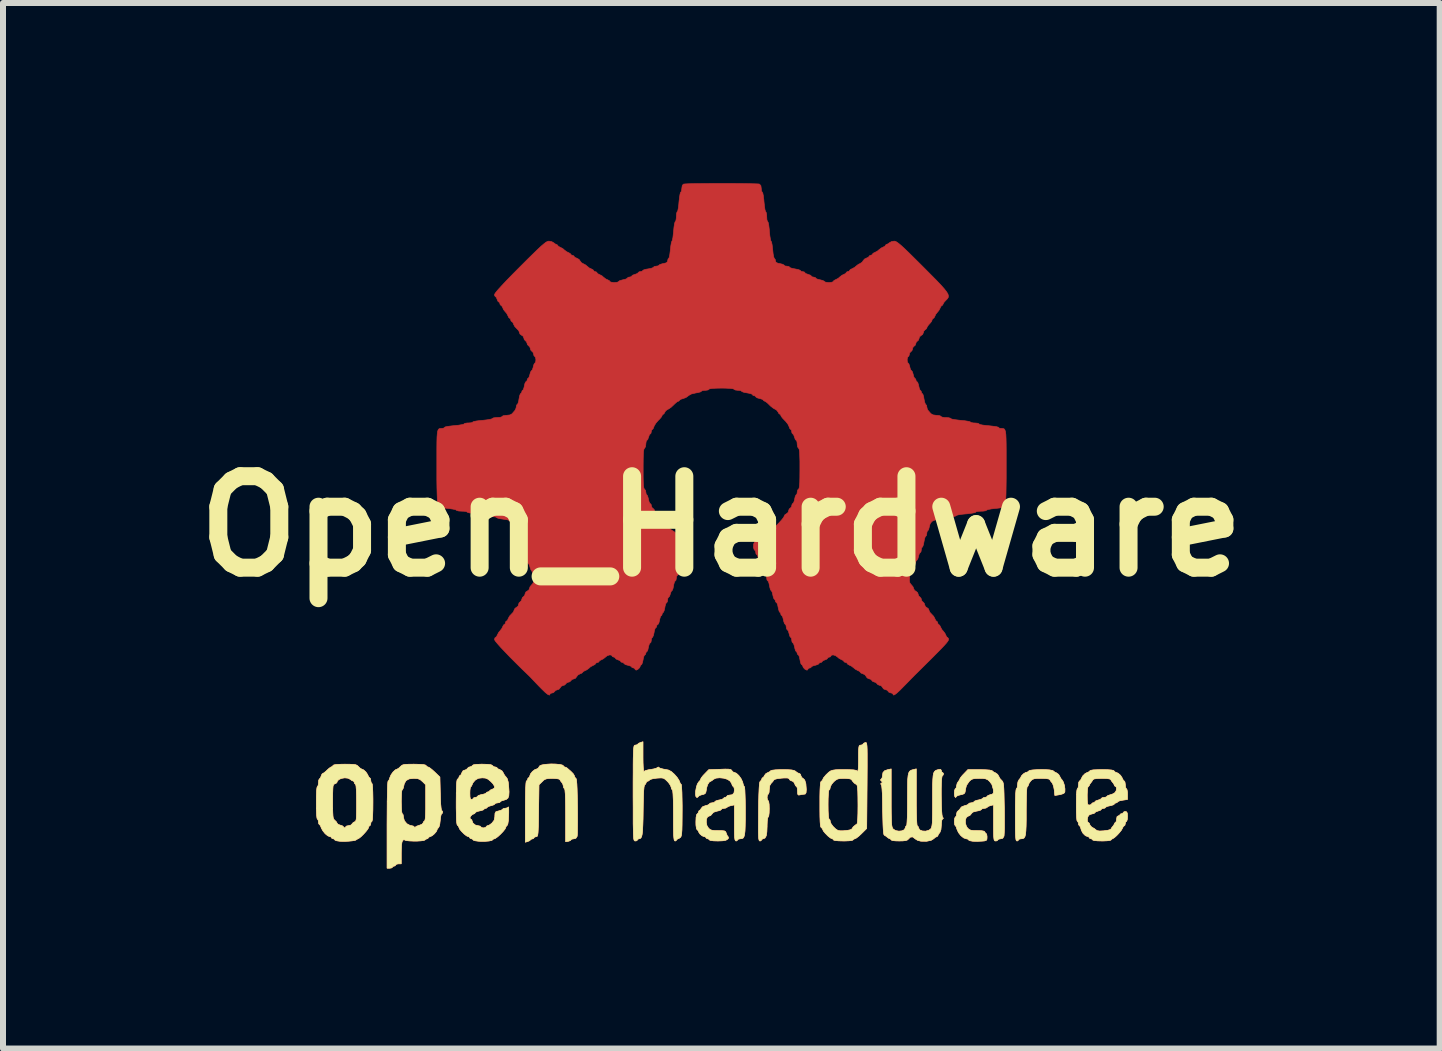
<source format=kicad_pcb>
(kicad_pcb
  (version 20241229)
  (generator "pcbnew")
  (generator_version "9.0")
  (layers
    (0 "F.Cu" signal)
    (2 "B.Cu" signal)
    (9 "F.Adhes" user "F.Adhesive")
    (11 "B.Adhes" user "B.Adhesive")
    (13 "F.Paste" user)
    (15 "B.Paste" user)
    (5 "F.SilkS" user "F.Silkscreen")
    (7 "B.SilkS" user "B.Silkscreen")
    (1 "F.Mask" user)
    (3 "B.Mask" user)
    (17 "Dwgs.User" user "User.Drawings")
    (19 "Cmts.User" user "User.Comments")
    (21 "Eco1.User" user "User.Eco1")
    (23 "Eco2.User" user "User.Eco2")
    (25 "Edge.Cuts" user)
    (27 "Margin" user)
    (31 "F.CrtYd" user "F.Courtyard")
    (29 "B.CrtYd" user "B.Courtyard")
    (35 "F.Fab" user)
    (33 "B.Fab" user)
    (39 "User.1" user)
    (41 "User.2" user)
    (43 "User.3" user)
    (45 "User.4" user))
  (footprint "Open_Hardware"
    (layer "F.Cu")
    (at 8.97 5.72)
    (property "Reference" "Open_Hardware" (at 0 0 0) (layer "F.SilkS") (effects (font (size 1.524 1.524) (thickness 0.3))))
    (attr through_hole)
    (fp_poly (pts (xy 5.402 4.055) (xy 5.466 4.059) (xy 5.512 4.067) (xy 5.53 4.075) (xy 5.556 4.096) (xy 5.583 4.108) (xy 5.62 4.134) (xy 5.635 4.16) (xy 5.659 4.205) (xy 5.678 4.227) (xy 5.699 4.262) (xy 5.716 4.316) (xy 5.725 4.375) (xy 5.724 4.424) (xy 5.718 4.44) (xy 5.693 4.456) (xy 5.647 4.47) (xy 5.631 4.473) (xy 5.557 4.485) (xy 5.548 4.394) (xy 5.537 4.335) (xy 5.52 4.288) (xy 5.511 4.274) (xy 5.484 4.241) (xy 5.475 4.223) (xy 5.455 4.21) (xy 5.403 4.202) (xy 5.33 4.2) (xy 5.257 4.201) (xy 5.211 4.207) (xy 5.181 4.219) (xy 5.158 4.24) (xy 5.154 4.244) (xy 5.127 4.282) (xy 5.116 4.312) (xy 5.106 4.334) (xy 5.098 4.336) (xy 5.092 4.354) (xy 5.087 4.406) (xy 5.083 4.491) (xy 5.081 4.607) (xy 5.08 4.746) (xy 5.08 4.887) (xy 5.078 4.996) (xy 5.074 5.077) (xy 5.068 5.134) (xy 5.058 5.172) (xy 5.043 5.194) (xy 5.024 5.204) (xy 4.998 5.207) (xy 4.991 5.207) (xy 4.96 5.214) (xy 4.953 5.225) (xy 4.938 5.241) (xy 4.926 5.243) (xy 4.917 5.239) (xy 4.91 5.224) (xy 4.906 5.194) (xy 4.902 5.144) (xy 4.9 5.071) (xy 4.899 4.971) (xy 4.899 4.84) (xy 4.899 4.808) (xy 4.899 4.658) (xy 4.902 4.539) (xy 4.905 4.45) (xy 4.91 4.394) (xy 4.916 4.373) (xy 4.917 4.372) (xy 4.929 4.357) (xy 4.935 4.317) (xy 4.935 4.31) (xy 4.942 4.259) (xy 4.961 4.222) (xy 4.962 4.221) (xy 4.984 4.195) (xy 4.989 4.183) (xy 5.003 4.156) (xy 5.034 4.125) (xy 5.069 4.103) (xy 5.083 4.1) (xy 5.113 4.089) (xy 5.121 4.078) (xy 5.141 4.067) (xy 5.189 4.06) (xy 5.254 4.056) (xy 5.328 4.054) (xy 5.402 4.055)) (stroke (width 0.01) (type solid)) (fill yes) (layer "F.Cu"))
    (fp_poly (pts (xy -2.762 3.962) (xy -2.697 3.968) (xy -2.651 3.978) (xy -2.631 3.992) (xy -2.631 3.993) (xy -2.617 4.009) (xy -2.612 4.01) (xy -2.582 4.02) (xy -2.571 4.028) (xy -2.507 4.084) (xy -2.468 4.124) (xy -2.451 4.152) (xy -2.449 4.161) (xy -2.436 4.19) (xy -2.427 4.196) (xy -2.419 4.207) (xy -2.413 4.239) (xy -2.408 4.293) (xy -2.404 4.374) (xy -2.401 4.484) (xy -2.399 4.627) (xy -2.398 4.664) (xy -2.397 4.792) (xy -2.397 4.909) (xy -2.398 5.011) (xy -2.399 5.091) (xy -2.401 5.145) (xy -2.403 5.166) (xy -2.425 5.199) (xy -2.459 5.207) (xy -2.493 5.213) (xy -2.504 5.223) (xy -2.519 5.238) (xy -2.549 5.248) (xy -2.594 5.256) (xy -2.594 4.814) (xy -2.595 4.664) (xy -2.597 4.542) (xy -2.601 4.453) (xy -2.606 4.395) (xy -2.612 4.373) (xy -2.613 4.372) (xy -2.627 4.357) (xy -2.631 4.335) (xy -2.643 4.291) (xy -2.656 4.272) (xy -2.682 4.239) (xy -2.689 4.223) (xy -2.713 4.209) (xy -2.771 4.202) (xy -2.814 4.2) (xy -2.881 4.202) (xy -2.924 4.21) (xy -2.957 4.227) (xy -2.985 4.254) (xy -3.039 4.307) (xy -3.045 4.739) (xy -3.047 4.875) (xy -3.049 4.979) (xy -3.052 5.055) (xy -3.055 5.108) (xy -3.06 5.142) (xy -3.066 5.161) (xy -3.074 5.169) (xy -3.085 5.171) (xy -3.086 5.171) (xy -3.114 5.179) (xy -3.121 5.189) (xy -3.135 5.205) (xy -3.146 5.207) (xy -3.173 5.216) (xy -3.178 5.223) (xy -3.198 5.24) (xy -3.225 5.251) (xy -3.266 5.264) (xy -3.266 4.755) (xy -3.265 4.59) (xy -3.263 4.456) (xy -3.26 4.354) (xy -3.256 4.285) (xy -3.251 4.25) (xy -3.248 4.245) (xy -3.231 4.231) (xy -3.229 4.218) (xy -3.22 4.194) (xy -3.211 4.191) (xy -3.196 4.176) (xy -3.193 4.162) (xy -3.179 4.125) (xy -3.146 4.084) (xy -3.106 4.054) (xy -3.081 4.046) (xy -3.051 4.031) (xy -3.04 4.012) (xy -3.025 3.991) (xy -2.992 3.977) (xy -2.933 3.967) (xy -2.913 3.965) (xy -2.837 3.96) (xy -2.762 3.962)) (stroke (width 0.01) (type solid)) (fill yes) (layer "F.Cu"))
    (fp_poly (pts (xy 1.11 4.056) (xy 1.17 4.06) (xy 1.209 4.068) (xy 1.234 4.08) (xy 1.241 4.087) (xy 1.275 4.111) (xy 1.299 4.118) (xy 1.32 4.133) (xy 1.324 4.153) (xy 1.34 4.187) (xy 1.359 4.199) (xy 1.389 4.228) (xy 1.408 4.289) (xy 1.415 4.381) (xy 1.415 4.393) (xy 1.411 4.44) (xy 1.397 4.461) (xy 1.383 4.463) (xy 1.34 4.468) (xy 1.311 4.475) (xy 1.285 4.478) (xy 1.273 4.464) (xy 1.27 4.425) (xy 1.27 4.411) (xy 1.266 4.365) (xy 1.257 4.338) (xy 1.252 4.336) (xy 1.235 4.321) (xy 1.223 4.291) (xy 1.202 4.255) (xy 1.179 4.245) (xy 1.146 4.231) (xy 1.135 4.216) (xy 1.124 4.2) (xy 1.098 4.193) (xy 1.05 4.193) (xy 1.003 4.196) (xy 0.936 4.204) (xy 0.89 4.216) (xy 0.874 4.228) (xy 0.855 4.256) (xy 0.832 4.279) (xy 0.806 4.321) (xy 0.798 4.386) (xy 0.795 4.433) (xy 0.785 4.46) (xy 0.78 4.463) (xy 0.767 4.479) (xy 0.762 4.517) (xy 0.762 4.518) (xy 0.767 4.556) (xy 0.78 4.572) (xy 0.78 4.572) (xy 0.789 4.589) (xy 0.796 4.635) (xy 0.798 4.702) (xy 0.798 4.708) (xy 0.796 4.777) (xy 0.79 4.824) (xy 0.781 4.844) (xy 0.78 4.844) (xy 0.771 4.861) (xy 0.765 4.908) (xy 0.762 4.979) (xy 0.762 5) (xy 0.758 5.095) (xy 0.747 5.159) (xy 0.726 5.195) (xy 0.694 5.207) (xy 0.691 5.207) (xy 0.672 5.22) (xy 0.671 5.225) (xy 0.657 5.241) (xy 0.643 5.243) (xy 0.634 5.24) (xy 0.628 5.228) (xy 0.623 5.203) (xy 0.62 5.161) (xy 0.618 5.098) (xy 0.618 5.01) (xy 0.619 4.894) (xy 0.62 4.75) (xy 0.622 4.595) (xy 0.625 4.472) (xy 0.629 4.38) (xy 0.633 4.315) (xy 0.638 4.273) (xy 0.645 4.253) (xy 0.649 4.25) (xy 0.669 4.228) (xy 0.671 4.217) (xy 0.681 4.194) (xy 0.688 4.191) (xy 0.707 4.176) (xy 0.716 4.156) (xy 0.742 4.122) (xy 0.767 4.108) (xy 0.805 4.09) (xy 0.82 4.075) (xy 0.845 4.065) (xy 0.903 4.058) (xy 0.989 4.055) (xy 1.021 4.055) (xy 1.11 4.056)) (stroke (width 0.01) (type solid)) (fill yes) (layer "F.Cu"))
    (fp_poly (pts (xy -1.306 3.85) (xy -1.305 3.94) (xy -1.302 4.013) (xy -1.298 4.064) (xy -1.293 4.087) (xy -1.291 4.086) (xy -1.266 4.071) (xy -1.217 4.058) (xy -1.178 4.052) (xy -1.121 4.042) (xy -1.079 4.029) (xy -1.066 4.02) (xy -1.049 4.011) (xy -1.039 4.021) (xy -1.014 4.034) (xy -0.966 4.046) (xy -0.94 4.05) (xy -0.88 4.062) (xy -0.832 4.088) (xy -0.782 4.133) (xy -0.739 4.182) (xy -0.707 4.23) (xy -0.697 4.253) (xy -0.683 4.288) (xy -0.669 4.3) (xy -0.665 4.317) (xy -0.661 4.366) (xy -0.657 4.442) (xy -0.655 4.539) (xy -0.653 4.653) (xy -0.653 4.728) (xy -0.654 4.868) (xy -0.655 4.977) (xy -0.657 5.058) (xy -0.661 5.115) (xy -0.667 5.152) (xy -0.674 5.174) (xy -0.679 5.181) (xy -0.709 5.203) (xy -0.724 5.207) (xy -0.743 5.22) (xy -0.744 5.225) (xy -0.759 5.241) (xy -0.771 5.243) (xy -0.78 5.239) (xy -0.786 5.224) (xy -0.791 5.193) (xy -0.795 5.143) (xy -0.797 5.07) (xy -0.798 4.969) (xy -0.798 4.837) (xy -0.798 4.817) (xy -0.799 4.669) (xy -0.801 4.551) (xy -0.805 4.464) (xy -0.81 4.41) (xy -0.816 4.391) (xy -0.816 4.391) (xy -0.831 4.375) (xy -0.835 4.352) (xy -0.847 4.318) (xy -0.878 4.273) (xy -0.899 4.25) (xy -0.936 4.215) (xy -0.966 4.197) (xy -1.003 4.192) (xy -1.06 4.195) (xy -1.075 4.196) (xy -1.135 4.204) (xy -1.178 4.216) (xy -1.194 4.226) (xy -1.215 4.244) (xy -1.226 4.245) (xy -1.249 4.26) (xy -1.252 4.271) (xy -1.265 4.299) (xy -1.275 4.304) (xy -1.282 4.316) (xy -1.289 4.349) (xy -1.294 4.406) (xy -1.298 4.489) (xy -1.301 4.603) (xy -1.303 4.735) (xy -1.305 4.879) (xy -1.309 4.99) (xy -1.313 5.073) (xy -1.32 5.133) (xy -1.329 5.171) (xy -1.342 5.194) (xy -1.358 5.205) (xy -1.378 5.207) (xy -1.396 5.22) (xy -1.397 5.225) (xy -1.412 5.24) (xy -1.433 5.243) (xy -1.442 5.242) (xy -1.449 5.238) (xy -1.455 5.227) (xy -1.46 5.205) (xy -1.463 5.17) (xy -1.466 5.119) (xy -1.467 5.049) (xy -1.469 4.956) (xy -1.469 4.837) (xy -1.469 4.689) (xy -1.47 4.509) (xy -1.47 4.445) (xy -1.47 4.254) (xy -1.469 4.096) (xy -1.469 3.968) (xy -1.468 3.867) (xy -1.466 3.79) (xy -1.464 3.733) (xy -1.46 3.694) (xy -1.456 3.669) (xy -1.451 3.655) (xy -1.444 3.648) (xy -1.436 3.647) (xy -1.435 3.647) (xy -1.403 3.64) (xy -1.394 3.631) (xy -1.374 3.614) (xy -1.347 3.603) (xy -1.306 3.59) (xy -1.306 3.85)) (stroke (width 0.01) (type solid)) (fill yes) (layer "F.Cu"))
    (fp_poly (pts (xy 2.413 3.605) (xy 2.419 3.614) (xy 2.423 3.634) (xy 2.427 3.667) (xy 2.429 3.717) (xy 2.43 3.788) (xy 2.43 3.882) (xy 2.43 4.002) (xy 2.429 4.153) (xy 2.428 4.315) (xy 2.422 5.035) (xy 2.335 5.121) (xy 2.288 5.165) (xy 2.247 5.196) (xy 2.222 5.207) (xy 2.198 5.217) (xy 2.195 5.225) (xy 2.178 5.234) (xy 2.131 5.24) (xy 2.059 5.243) (xy 2.032 5.243) (xy 1.954 5.241) (xy 1.898 5.236) (xy 1.871 5.228) (xy 1.869 5.225) (xy 1.855 5.208) (xy 1.85 5.207) (xy 1.819 5.194) (xy 1.777 5.161) (xy 1.735 5.119) (xy 1.701 5.078) (xy 1.687 5.047) (xy 1.687 5.046) (xy 1.673 5.025) (xy 1.665 5.021) (xy 1.657 5.009) (xy 1.65 4.977) (xy 1.646 4.922) (xy 1.643 4.839) (xy 1.642 4.726) (xy 1.642 4.636) (xy 1.778 4.636) (xy 1.779 4.739) (xy 1.783 4.817) (xy 1.789 4.865) (xy 1.796 4.88) (xy 1.811 4.896) (xy 1.814 4.919) (xy 1.828 4.956) (xy 1.861 5.001) (xy 1.904 5.043) (xy 1.943 5.068) (xy 1.978 5.074) (xy 2.03 5.074) (xy 2.087 5.069) (xy 2.138 5.06) (xy 2.169 5.049) (xy 2.174 5.044) (xy 2.198 5.008) (xy 2.236 4.976) (xy 2.254 4.967) (xy 2.263 4.955) (xy 2.269 4.922) (xy 2.273 4.866) (xy 2.276 4.782) (xy 2.277 4.666) (xy 2.277 4.635) (xy 2.276 4.512) (xy 2.274 4.421) (xy 2.27 4.359) (xy 2.264 4.322) (xy 2.256 4.305) (xy 2.254 4.304) (xy 2.214 4.278) (xy 2.18 4.239) (xy 2.173 4.223) (xy 2.149 4.209) (xy 2.091 4.202) (xy 2.049 4.2) (xy 1.982 4.202) (xy 1.939 4.21) (xy 1.905 4.229) (xy 1.873 4.256) (xy 1.837 4.299) (xy 1.816 4.34) (xy 1.814 4.352) (xy 1.807 4.383) (xy 1.796 4.391) (xy 1.788 4.408) (xy 1.783 4.458) (xy 1.779 4.538) (xy 1.778 4.636) (xy 1.642 4.636) (xy 1.642 4.501) (xy 1.644 4.399) (xy 1.648 4.327) (xy 1.652 4.28) (xy 1.659 4.256) (xy 1.665 4.25) (xy 1.686 4.232) (xy 1.687 4.225) (xy 1.702 4.192) (xy 1.745 4.141) (xy 1.755 4.131) (xy 1.789 4.099) (xy 1.82 4.077) (xy 1.857 4.064) (xy 1.907 4.057) (xy 1.979 4.055) (xy 2.046 4.055) (xy 2.14 4.056) (xy 2.203 4.059) (xy 2.243 4.066) (xy 2.264 4.077) (xy 2.268 4.082) (xy 2.276 4.078) (xy 2.282 4.039) (xy 2.285 3.964) (xy 2.286 3.878) (xy 2.286 3.783) (xy 2.288 3.718) (xy 2.292 3.678) (xy 2.298 3.657) (xy 2.309 3.648) (xy 2.322 3.647) (xy 2.352 3.64) (xy 2.359 3.631) (xy 2.374 3.614) (xy 2.396 3.605) (xy 2.405 3.603) (xy 2.413 3.605)) (stroke (width 0.01) (type solid)) (fill yes) (layer "F.Cu"))
    (fp_poly (pts (xy -5.026 3.966) (xy -4.963 3.971) (xy -4.929 3.979) (xy -4.921 3.987) (xy -4.899 4.008) (xy -4.889 4.01) (xy -4.864 4.021) (xy -4.823 4.053) (xy -4.777 4.094) (xy -4.69 4.178) (xy -4.683 4.457) (xy -4.68 4.553) (xy -4.676 4.634) (xy -4.67 4.695) (xy -4.664 4.73) (xy -4.661 4.735) (xy -4.646 4.75) (xy -4.645 4.763) (xy -4.653 4.787) (xy -4.661 4.79) (xy -4.67 4.806) (xy -4.679 4.849) (xy -4.685 4.902) (xy -4.692 4.963) (xy -4.704 5.006) (xy -4.714 5.022) (xy -4.734 5.043) (xy -4.735 5.053) (xy -4.749 5.085) (xy -4.781 5.123) (xy -4.82 5.156) (xy -4.853 5.171) (xy -4.854 5.171) (xy -4.878 5.181) (xy -4.88 5.189) (xy -4.895 5.205) (xy -4.906 5.207) (xy -4.933 5.218) (xy -4.938 5.226) (xy -4.958 5.235) (xy -5.004 5.241) (xy -5.066 5.245) (xy -5.134 5.245) (xy -5.199 5.242) (xy -5.249 5.237) (xy -5.275 5.228) (xy -5.276 5.226) (xy -5.291 5.221) (xy -5.308 5.233) (xy -5.321 5.258) (xy -5.329 5.306) (xy -5.333 5.382) (xy -5.334 5.442) (xy -5.334 5.624) (xy -5.379 5.624) (xy -5.413 5.63) (xy -5.425 5.642) (xy -5.439 5.659) (xy -5.452 5.661) (xy -5.476 5.67) (xy -5.479 5.679) (xy -5.495 5.692) (xy -5.524 5.697) (xy -5.57 5.697) (xy -5.57 4.971) (xy -5.569 4.795) (xy -5.568 4.639) (xy -5.568 4.59) (xy -5.334 4.59) (xy -5.332 4.68) (xy -5.328 4.746) (xy -5.321 4.783) (xy -5.316 4.79) (xy -5.303 4.806) (xy -5.298 4.844) (xy -5.298 4.848) (xy -5.282 4.906) (xy -5.241 4.956) (xy -5.186 4.985) (xy -5.159 4.989) (xy -5.126 4.998) (xy -5.116 5.012) (xy -5.111 5.024) (xy -5.102 5.014) (xy -5.077 4.997) (xy -5.033 4.982) (xy -5.03 4.981) (xy -4.99 4.966) (xy -4.971 4.946) (xy -4.971 4.944) (xy -4.957 4.917) (xy -4.948 4.912) (xy -4.939 4.899) (xy -4.933 4.864) (xy -4.929 4.804) (xy -4.926 4.714) (xy -4.926 4.606) (xy -4.926 4.307) (xy -4.979 4.254) (xy -5.019 4.22) (xy -5.061 4.204) (xy -5.121 4.2) (xy -5.126 4.2) (xy -5.204 4.209) (xy -5.254 4.237) (xy -5.284 4.29) (xy -5.292 4.327) (xy -5.303 4.369) (xy -5.316 4.39) (xy -5.318 4.391) (xy -5.325 4.407) (xy -5.33 4.453) (xy -5.333 4.521) (xy -5.334 4.59) (xy -5.568 4.59) (xy -5.566 4.505) (xy -5.564 4.395) (xy -5.561 4.314) (xy -5.557 4.263) (xy -5.553 4.245) (xy -5.538 4.23) (xy -5.525 4.192) (xy -5.524 4.188) (xy -5.504 4.142) (xy -5.471 4.095) (xy -5.433 4.059) (xy -5.402 4.046) (xy -5.378 4.033) (xy -5.348 4.005) (xy -5.329 3.987) (xy -5.306 3.975) (xy -5.271 3.968) (xy -5.215 3.965) (xy -5.132 3.964) (xy -5.121 3.964) (xy -5.026 3.966)) (stroke (width 0.01) (type solid)) (fill yes) (layer "F.Cu"))
    (fp_poly (pts (xy 3.248 4.516) (xy 3.248 4.655) (xy 3.25 4.775) (xy 3.253 4.872) (xy 3.257 4.942) (xy 3.261 4.982) (xy 3.264 4.989) (xy 3.28 5.005) (xy 3.287 5.03) (xy 3.307 5.06) (xy 3.35 5.077) (xy 3.403 5.08) (xy 3.454 5.067) (xy 3.486 5.046) (xy 3.496 5.032) (xy 3.504 5.013) (xy 3.51 4.985) (xy 3.515 4.943) (xy 3.517 4.882) (xy 3.519 4.798) (xy 3.52 4.687) (xy 3.52 4.562) (xy 3.52 4.417) (xy 3.521 4.305) (xy 3.524 4.219) (xy 3.529 4.158) (xy 3.537 4.115) (xy 3.55 4.088) (xy 3.568 4.071) (xy 3.591 4.061) (xy 3.617 4.054) (xy 3.653 4.05) (xy 3.665 4.066) (xy 3.665 4.071) (xy 3.674 4.096) (xy 3.683 4.1) (xy 3.699 4.115) (xy 3.701 4.128) (xy 3.691 4.152) (xy 3.683 4.155) (xy 3.676 4.172) (xy 3.67 4.218) (xy 3.666 4.287) (xy 3.664 4.373) (xy 3.664 4.467) (xy 3.665 4.564) (xy 3.667 4.657) (xy 3.671 4.739) (xy 3.676 4.803) (xy 3.683 4.842) (xy 3.688 4.852) (xy 3.701 4.864) (xy 3.688 4.873) (xy 3.673 4.898) (xy 3.666 4.952) (xy 3.665 4.98) (xy 3.659 5.054) (xy 3.642 5.1) (xy 3.638 5.105) (xy 3.615 5.135) (xy 3.61 5.151) (xy 3.596 5.17) (xy 3.59 5.171) (xy 3.563 5.183) (xy 3.54 5.205) (xy 3.494 5.233) (xy 3.42 5.248) (xy 3.327 5.247) (xy 3.321 5.246) (xy 3.269 5.232) (xy 3.229 5.207) (xy 3.228 5.206) (xy 3.187 5.175) (xy 3.148 5.18) (xy 3.121 5.207) (xy 3.101 5.226) (xy 3.071 5.237) (xy 3.021 5.242) (xy 2.962 5.243) (xy 2.895 5.241) (xy 2.849 5.235) (xy 2.83 5.226) (xy 2.83 5.225) (xy 2.816 5.208) (xy 2.811 5.207) (xy 2.783 5.195) (xy 2.766 5.181) (xy 2.733 5.156) (xy 2.717 5.148) (xy 2.709 5.137) (xy 2.703 5.105) (xy 2.698 5.051) (xy 2.694 4.97) (xy 2.691 4.86) (xy 2.688 4.72) (xy 2.686 4.575) (xy 2.683 4.464) (xy 2.678 4.384) (xy 2.673 4.332) (xy 2.667 4.305) (xy 2.661 4.3) (xy 2.654 4.292) (xy 2.667 4.281) (xy 2.685 4.264) (xy 2.671 4.247) (xy 2.667 4.244) (xy 2.651 4.226) (xy 2.662 4.215) (xy 2.679 4.192) (xy 2.685 4.158) (xy 2.693 4.104) (xy 2.721 4.073) (xy 2.771 4.056) (xy 2.83 4.043) (xy 2.83 4.526) (xy 2.83 4.672) (xy 2.831 4.786) (xy 2.833 4.872) (xy 2.835 4.935) (xy 2.839 4.979) (xy 2.845 5.009) (xy 2.852 5.029) (xy 2.862 5.043) (xy 2.864 5.046) (xy 2.905 5.071) (xy 2.958 5.08) (xy 3.009 5.075) (xy 3.049 5.056) (xy 3.063 5.03) (xy 3.074 4.998) (xy 3.086 4.989) (xy 3.091 4.972) (xy 3.095 4.922) (xy 3.099 4.843) (xy 3.101 4.739) (xy 3.102 4.614) (xy 3.102 4.553) (xy 3.103 4.409) (xy 3.104 4.298) (xy 3.106 4.214) (xy 3.112 4.154) (xy 3.121 4.113) (xy 3.134 4.086) (xy 3.152 4.07) (xy 3.176 4.06) (xy 3.2 4.054) (xy 3.248 4.042) (xy 3.248 4.516)) (stroke (width 0.01) (type solid)) (fill yes) (layer "F.Cu"))
    (fp_poly (pts (xy -6.186 3.965) (xy -6.128 3.968) (xy -6.091 3.974) (xy -6.067 3.985) (xy -6.048 4.003) (xy -6.046 4.005) (xy -6.015 4.034) (xy -5.992 4.046) (xy -5.96 4.06) (xy -5.923 4.094) (xy -5.895 4.136) (xy -5.889 4.15) (xy -5.872 4.182) (xy -5.859 4.191) (xy -5.846 4.207) (xy -5.842 4.236) (xy -5.836 4.27) (xy -5.824 4.282) (xy -5.817 4.299) (xy -5.811 4.351) (xy -5.808 4.434) (xy -5.806 4.545) (xy -5.806 4.599) (xy -5.807 4.722) (xy -5.81 4.817) (xy -5.814 4.881) (xy -5.821 4.914) (xy -5.824 4.917) (xy -5.839 4.932) (xy -5.842 4.953) (xy -5.85 4.982) (xy -5.86 4.989) (xy -5.876 5.004) (xy -5.878 5.019) (xy -5.891 5.045) (xy -5.922 5.085) (xy -5.963 5.131) (xy -6.005 5.172) (xy -6.041 5.2) (xy -6.057 5.207) (xy -6.08 5.22) (xy -6.081 5.222) (xy -6.102 5.233) (xy -6.149 5.241) (xy -6.213 5.247) (xy -6.285 5.25) (xy -6.354 5.248) (xy -6.364 5.247) (xy -6.411 5.24) (xy -6.438 5.229) (xy -6.441 5.224) (xy -6.455 5.209) (xy -6.468 5.207) (xy -6.492 5.197) (xy -6.495 5.189) (xy -6.51 5.173) (xy -6.525 5.171) (xy -6.56 5.156) (xy -6.602 5.121) (xy -6.64 5.074) (xy -6.666 5.027) (xy -6.669 5.017) (xy -6.683 4.983) (xy -6.697 4.971) (xy -6.709 4.956) (xy -6.713 4.926) (xy -6.719 4.892) (xy -6.731 4.88) (xy -6.738 4.863) (xy -6.744 4.812) (xy -6.748 4.731) (xy -6.749 4.623) (xy -6.749 4.608) (xy -6.749 4.587) (xy -6.477 4.587) (xy -6.477 4.696) (xy -6.475 4.773) (xy -6.472 4.826) (xy -6.467 4.86) (xy -6.458 4.881) (xy -6.446 4.895) (xy -6.441 4.899) (xy -6.413 4.927) (xy -6.404 4.946) (xy -6.389 4.965) (xy -6.351 4.98) (xy -6.35 4.98) (xy -6.312 4.993) (xy -6.296 5.009) (xy -6.296 5.009) (xy -6.282 5.025) (xy -6.277 5.026) (xy -6.26 5.012) (xy -6.259 5.007) (xy -6.244 4.994) (xy -6.213 4.989) (xy -6.175 4.98) (xy -6.157 4.963) (xy -6.133 4.935) (xy -6.112 4.925) (xy -6.1 4.919) (xy -6.091 4.906) (xy -6.084 4.881) (xy -6.081 4.838) (xy -6.079 4.773) (xy -6.078 4.68) (xy -6.078 4.607) (xy -6.079 4.487) (xy -6.082 4.394) (xy -6.087 4.332) (xy -6.093 4.302) (xy -6.096 4.3) (xy -6.112 4.285) (xy -6.114 4.273) (xy -6.125 4.249) (xy -6.134 4.245) (xy -6.161 4.234) (xy -6.18 4.218) (xy -6.221 4.197) (xy -6.275 4.191) (xy -6.331 4.2) (xy -6.377 4.221) (xy -6.402 4.251) (xy -6.404 4.264) (xy -6.419 4.281) (xy -6.441 4.291) (xy -6.454 4.297) (xy -6.464 4.31) (xy -6.471 4.334) (xy -6.474 4.376) (xy -6.476 4.441) (xy -6.477 4.533) (xy -6.477 4.587) (xy -6.749 4.587) (xy -6.748 4.497) (xy -6.745 4.413) (xy -6.739 4.358) (xy -6.732 4.336) (xy -6.731 4.336) (xy -6.719 4.32) (xy -6.713 4.281) (xy -6.713 4.273) (xy -6.709 4.231) (xy -6.699 4.21) (xy -6.697 4.209) (xy -6.681 4.194) (xy -6.669 4.164) (xy -6.655 4.13) (xy -6.641 4.118) (xy -6.619 4.107) (xy -6.584 4.077) (xy -6.571 4.064) (xy -6.533 4.03) (xy -6.504 4.011) (xy -6.498 4.01) (xy -6.476 3.995) (xy -6.472 3.987) (xy -6.456 3.976) (xy -6.413 3.969) (xy -6.34 3.965) (xy -6.273 3.964) (xy -6.186 3.965)) (stroke (width 0.01) (type solid)) (fill yes) (layer "F.Cu"))
    (fp_poly (pts (xy 4.402 4.057) (xy 4.471 4.062) (xy 4.509 4.071) (xy 4.514 4.075) (xy 4.54 4.096) (xy 4.567 4.108) (xy 4.604 4.134) (xy 4.619 4.16) (xy 4.642 4.203) (xy 4.67 4.233) (xy 4.682 4.246) (xy 4.691 4.261) (xy 4.698 4.286) (xy 4.704 4.323) (xy 4.707 4.378) (xy 4.71 4.455) (xy 4.712 4.56) (xy 4.715 4.692) (xy 4.716 4.815) (xy 4.716 4.928) (xy 4.716 5.025) (xy 4.714 5.101) (xy 4.711 5.149) (xy 4.71 5.162) (xy 4.689 5.198) (xy 4.653 5.207) (xy 4.619 5.213) (xy 4.608 5.225) (xy 4.593 5.24) (xy 4.572 5.243) (xy 4.559 5.242) (xy 4.549 5.233) (xy 4.543 5.213) (xy 4.539 5.176) (xy 4.537 5.117) (xy 4.536 5.03) (xy 4.536 4.942) (xy 4.536 4.641) (xy 4.486 4.653) (xy 4.447 4.667) (xy 4.43 4.682) (xy 4.409 4.695) (xy 4.38 4.699) (xy 4.347 4.705) (xy 4.336 4.716) (xy 4.32 4.729) (xy 4.279 4.741) (xy 4.255 4.745) (xy 4.194 4.761) (xy 4.165 4.786) (xy 4.164 4.791) (xy 4.139 4.82) (xy 4.113 4.829) (xy 4.082 4.85) (xy 4.067 4.892) (xy 4.066 4.945) (xy 4.083 4.999) (xy 4.101 5.026) (xy 4.126 5.05) (xy 4.156 5.064) (xy 4.202 5.07) (xy 4.265 5.071) (xy 4.338 5.073) (xy 4.379 5.081) (xy 4.391 5.094) (xy 4.402 5.115) (xy 4.409 5.116) (xy 4.421 5.132) (xy 4.427 5.171) (xy 4.427 5.178) (xy 4.425 5.215) (xy 4.413 5.234) (xy 4.381 5.243) (xy 4.341 5.246) (xy 4.271 5.249) (xy 4.203 5.248) (xy 4.186 5.247) (xy 4.143 5.239) (xy 4.12 5.227) (xy 4.118 5.224) (xy 4.103 5.21) (xy 4.081 5.207) (xy 4.038 5.192) (xy 3.991 5.154) (xy 3.951 5.103) (xy 3.927 5.05) (xy 3.925 5.045) (xy 3.913 5.006) (xy 3.899 4.989) (xy 3.898 4.989) (xy 3.889 4.973) (xy 3.883 4.933) (xy 3.883 4.917) (xy 3.887 4.871) (xy 3.897 4.846) (xy 3.901 4.844) (xy 3.914 4.829) (xy 3.919 4.798) (xy 3.928 4.76) (xy 3.945 4.742) (xy 3.973 4.717) (xy 3.982 4.699) (xy 4.008 4.672) (xy 4.056 4.655) (xy 4.097 4.643) (xy 4.118 4.628) (xy 4.118 4.626) (xy 4.134 4.613) (xy 4.164 4.608) (xy 4.198 4.602) (xy 4.209 4.59) (xy 4.225 4.577) (xy 4.265 4.564) (xy 4.282 4.561) (xy 4.327 4.55) (xy 4.352 4.537) (xy 4.354 4.533) (xy 4.37 4.521) (xy 4.391 4.518) (xy 4.42 4.511) (xy 4.427 4.501) (xy 4.443 4.486) (xy 4.481 4.472) (xy 4.483 4.472) (xy 4.518 4.462) (xy 4.533 4.444) (xy 4.534 4.408) (xy 4.531 4.381) (xy 4.508 4.301) (xy 4.471 4.252) (xy 4.439 4.223) (xy 4.405 4.208) (xy 4.359 4.201) (xy 4.3 4.2) (xy 4.232 4.202) (xy 4.189 4.209) (xy 4.156 4.227) (xy 4.129 4.252) (xy 4.084 4.318) (xy 4.068 4.382) (xy 4.061 4.431) (xy 4.045 4.456) (xy 4.012 4.468) (xy 3.989 4.473) (xy 3.945 4.484) (xy 3.92 4.497) (xy 3.919 4.501) (xy 3.905 4.517) (xy 3.901 4.518) (xy 3.889 4.501) (xy 3.883 4.461) (xy 3.883 4.445) (xy 3.887 4.4) (xy 3.897 4.374) (xy 3.901 4.372) (xy 3.914 4.357) (xy 3.919 4.328) (xy 3.93 4.282) (xy 3.946 4.257) (xy 3.968 4.227) (xy 3.973 4.212) (xy 3.985 4.19) (xy 4.015 4.152) (xy 4.041 4.125) (xy 4.108 4.055) (xy 4.305 4.055) (xy 4.402 4.057)) (stroke (width 0.01) (type solid)) (fill yes) (layer "F.Cu"))
    (fp_poly (pts (xy 0.118 4.047) (xy 0.152 4.052) (xy 0.169 4.062) (xy 0.174 4.071) (xy 0.198 4.096) (xy 0.213 4.1) (xy 0.25 4.115) (xy 0.291 4.153) (xy 0.328 4.204) (xy 0.353 4.257) (xy 0.358 4.274) (xy 0.368 4.315) (xy 0.381 4.336) (xy 0.383 4.336) (xy 0.388 4.353) (xy 0.392 4.402) (xy 0.395 4.476) (xy 0.398 4.572) (xy 0.399 4.683) (xy 0.399 4.746) (xy 0.399 4.887) (xy 0.397 4.996) (xy 0.394 5.077) (xy 0.387 5.134) (xy 0.377 5.172) (xy 0.363 5.194) (xy 0.343 5.204) (xy 0.317 5.207) (xy 0.31 5.207) (xy 0.28 5.214) (xy 0.272 5.225) (xy 0.257 5.241) (xy 0.245 5.243) (xy 0.235 5.239) (xy 0.227 5.221) (xy 0.222 5.186) (xy 0.219 5.129) (xy 0.218 5.044) (xy 0.218 4.942) (xy 0.218 4.642) (xy 0.159 4.654) (xy 0.117 4.667) (xy 0.094 4.682) (xy 0.094 4.683) (xy 0.073 4.695) (xy 0.044 4.699) (xy 0.01 4.705) (xy 0 4.717) (xy -0.016 4.731) (xy -0.056 4.743) (xy -0.072 4.746) (xy -0.131 4.765) (xy -0.155 4.792) (xy -0.179 4.82) (xy -0.199 4.826) (xy -0.23 4.841) (xy -0.249 4.88) (xy -0.252 4.932) (xy -0.241 4.986) (xy -0.216 5.027) (xy -0.191 5.051) (xy -0.16 5.064) (xy -0.113 5.07) (xy -0.054 5.071) (xy 0.012 5.072) (xy 0.051 5.076) (xy 0.071 5.088) (xy 0.08 5.109) (xy 0.082 5.116) (xy 0.098 5.155) (xy 0.113 5.173) (xy 0.12 5.194) (xy 0.104 5.214) (xy 0.075 5.231) (xy 0.026 5.24) (xy -0.052 5.243) (xy -0.062 5.243) (xy -0.131 5.241) (xy -0.179 5.235) (xy -0.199 5.226) (xy -0.2 5.225) (xy -0.214 5.209) (xy -0.227 5.207) (xy -0.251 5.197) (xy -0.254 5.189) (xy -0.269 5.174) (xy -0.286 5.171) (xy -0.321 5.157) (xy -0.356 5.127) (xy -0.379 5.092) (xy -0.381 5.081) (xy -0.395 5.061) (xy -0.403 5.058) (xy -0.415 5.035) (xy -0.423 4.98) (xy -0.424 4.926) (xy -0.421 4.85) (xy -0.412 4.805) (xy -0.403 4.794) (xy -0.383 4.772) (xy -0.381 4.761) (xy -0.371 4.738) (xy -0.364 4.735) (xy -0.345 4.72) (xy -0.336 4.701) (xy -0.309 4.671) (xy -0.262 4.655) (xy -0.221 4.643) (xy -0.2 4.628) (xy -0.2 4.626) (xy -0.184 4.613) (xy -0.154 4.608) (xy -0.12 4.602) (xy -0.109 4.59) (xy -0.093 4.577) (xy -0.053 4.564) (xy -0.036 4.561) (xy 0.009 4.55) (xy 0.034 4.537) (xy 0.036 4.533) (xy 0.051 4.519) (xy 0.064 4.518) (xy 0.088 4.508) (xy 0.091 4.499) (xy 0.106 4.484) (xy 0.126 4.481) (xy 0.182 4.473) (xy 0.21 4.445) (xy 0.218 4.398) (xy 0.213 4.357) (xy 0.202 4.337) (xy 0.2 4.336) (xy 0.183 4.322) (xy 0.181 4.312) (xy 0.17 4.281) (xy 0.145 4.245) (xy 0.102 4.216) (xy 0.04 4.197) (xy -0.029 4.19) (xy -0.09 4.196) (xy -0.132 4.216) (xy -0.159 4.239) (xy -0.172 4.245) (xy -0.202 4.262) (xy -0.229 4.304) (xy -0.247 4.363) (xy -0.249 4.381) (xy -0.258 4.431) (xy -0.273 4.456) (xy -0.305 4.469) (xy -0.32 4.471) (xy -0.361 4.484) (xy -0.381 4.498) (xy -0.381 4.5) (xy -0.396 4.515) (xy -0.409 4.518) (xy -0.424 4.502) (xy -0.43 4.462) (xy -0.427 4.408) (xy -0.417 4.35) (xy -0.401 4.299) (xy -0.381 4.264) (xy -0.378 4.261) (xy -0.352 4.232) (xy -0.345 4.213) (xy -0.333 4.19) (xy -0.303 4.152) (xy -0.277 4.125) (xy -0.21 4.056) (xy -0.024 4.049) (xy 0.062 4.046) (xy 0.118 4.047)) (stroke (width 0.01) (type solid)) (fill yes) (layer "F.Cu"))
    (fp_poly (pts (xy -3.895 3.966) (xy -3.84 3.973) (xy -3.816 3.984) (xy -3.815 3.987) (xy -3.792 4.006) (xy -3.772 4.01) (xy -3.744 4.017) (xy -3.737 4.026) (xy -3.722 4.042) (xy -3.693 4.053) (xy -3.654 4.077) (xy -3.636 4.105) (xy -3.612 4.15) (xy -3.589 4.176) (xy -3.567 4.207) (xy -3.552 4.26) (xy -3.544 4.333) (xy -3.538 4.425) (xy -3.542 4.489) (xy -3.556 4.528) (xy -3.584 4.551) (xy -3.619 4.562) (xy -3.661 4.574) (xy -3.682 4.588) (xy -3.683 4.591) (xy -3.699 4.604) (xy -3.728 4.608) (xy -3.762 4.614) (xy -3.774 4.626) (xy -3.79 4.64) (xy -3.829 4.653) (xy -3.837 4.655) (xy -3.879 4.667) (xy -3.9 4.681) (xy -3.901 4.683) (xy -3.915 4.697) (xy -3.928 4.699) (xy -3.952 4.708) (xy -3.955 4.715) (xy -3.971 4.727) (xy -4.011 4.739) (xy -4.028 4.742) (xy -4.073 4.753) (xy -4.098 4.767) (xy -4.1 4.772) (xy -4.114 4.789) (xy -4.12 4.79) (xy -4.151 4.803) (xy -4.18 4.834) (xy -4.191 4.861) (xy -4.178 4.88) (xy -4.173 4.88) (xy -4.157 4.895) (xy -4.155 4.906) (xy -4.139 4.946) (xy -4.1 4.978) (xy -4.054 4.989) (xy -4.02 4.996) (xy -4.01 5.007) (xy -3.994 5.021) (xy -3.964 5.026) (xy -3.93 5.019) (xy -3.919 5.007) (xy -3.904 4.991) (xy -3.894 4.989) (xy -3.865 4.978) (xy -3.827 4.95) (xy -3.822 4.945) (xy -3.786 4.899) (xy -3.774 4.843) (xy -3.774 4.828) (xy -3.771 4.781) (xy -3.757 4.757) (xy -3.723 4.746) (xy -3.71 4.743) (xy -3.668 4.731) (xy -3.647 4.717) (xy -3.647 4.715) (xy -3.631 4.703) (xy -3.603 4.699) (xy -3.565 4.691) (xy -3.549 4.676) (xy -3.545 4.683) (xy -3.543 4.719) (xy -3.543 4.778) (xy -3.544 4.816) (xy -3.549 4.903) (xy -3.558 4.96) (xy -3.57 4.985) (xy -3.571 4.985) (xy -3.591 5.007) (xy -3.592 5.018) (xy -3.605 5.045) (xy -3.638 5.086) (xy -3.681 5.131) (xy -3.726 5.172) (xy -3.765 5.2) (xy -3.783 5.207) (xy -3.807 5.216) (xy -3.81 5.223) (xy -3.827 5.235) (xy -3.872 5.244) (xy -3.936 5.249) (xy -4.013 5.249) (xy -4.05 5.247) (xy -4.101 5.24) (xy -4.132 5.23) (xy -4.137 5.224) (xy -4.151 5.209) (xy -4.164 5.207) (xy -4.188 5.197) (xy -4.191 5.189) (xy -4.206 5.173) (xy -4.217 5.171) (xy -4.246 5.158) (xy -4.287 5.126) (xy -4.328 5.085) (xy -4.36 5.046) (xy -4.372 5.018) (xy -4.386 4.99) (xy -4.395 4.985) (xy -4.403 4.973) (xy -4.409 4.941) (xy -4.414 4.885) (xy -4.416 4.803) (xy -4.418 4.69) (xy -4.418 4.599) (xy -4.417 4.465) (xy -4.417 4.445) (xy -4.191 4.445) (xy -4.189 4.508) (xy -4.182 4.542) (xy -4.167 4.554) (xy -4.164 4.554) (xy -4.14 4.544) (xy -4.137 4.536) (xy -4.121 4.521) (xy -4.1 4.518) (xy -4.071 4.51) (xy -4.064 4.5) (xy -4.048 4.486) (xy -4.008 4.473) (xy -3.991 4.47) (xy -3.946 4.459) (xy -3.921 4.447) (xy -3.919 4.443) (xy -3.904 4.429) (xy -3.892 4.427) (xy -3.867 4.418) (xy -3.864 4.411) (xy -3.849 4.395) (xy -3.819 4.383) (xy -3.783 4.364) (xy -3.778 4.334) (xy -3.806 4.289) (xy -3.839 4.254) (xy -3.887 4.214) (xy -3.931 4.195) (xy -3.983 4.191) (xy -4.047 4.198) (xy -4.093 4.223) (xy -4.109 4.237) (xy -4.14 4.275) (xy -4.154 4.307) (xy -4.155 4.31) (xy -4.165 4.333) (xy -4.173 4.336) (xy -4.183 4.353) (xy -4.189 4.396) (xy -4.191 4.445) (xy -4.417 4.445) (xy -4.415 4.363) (xy -4.412 4.29) (xy -4.407 4.244) (xy -4.401 4.219) (xy -4.395 4.214) (xy -4.374 4.191) (xy -4.372 4.18) (xy -4.362 4.157) (xy -4.355 4.155) (xy -4.337 4.139) (xy -4.325 4.109) (xy -4.303 4.072) (xy -4.279 4.064) (xy -4.245 4.052) (xy -4.234 4.037) (xy -4.209 4.014) (xy -4.191 4.01) (xy -4.159 3.999) (xy -4.15 3.987) (xy -4.132 3.975) (xy -4.083 3.967) (xy -4.003 3.964) (xy -3.982 3.964) (xy -3.895 3.966)) (stroke (width 0.01) (type solid)) (fill yes) (layer "F.Cu"))
    (fp_poly (pts (xy 6.437 4.056) (xy 6.501 4.061) (xy 6.536 4.069) (xy 6.545 4.078) (xy 6.567 4.099) (xy 6.576 4.1) (xy 6.612 4.115) (xy 6.652 4.15) (xy 6.68 4.194) (xy 6.684 4.205) (xy 6.701 4.236) (xy 6.714 4.245) (xy 6.725 4.261) (xy 6.731 4.301) (xy 6.731 4.309) (xy 6.736 4.351) (xy 6.747 4.372) (xy 6.749 4.372) (xy 6.76 4.389) (xy 6.766 4.43) (xy 6.767 4.462) (xy 6.767 4.552) (xy 6.686 4.564) (xy 6.637 4.574) (xy 6.608 4.587) (xy 6.604 4.592) (xy 6.589 4.606) (xy 6.577 4.608) (xy 6.553 4.618) (xy 6.55 4.626) (xy 6.534 4.64) (xy 6.493 4.653) (xy 6.477 4.656) (xy 6.432 4.666) (xy 6.406 4.679) (xy 6.404 4.683) (xy 6.389 4.696) (xy 6.368 4.699) (xy 6.339 4.706) (xy 6.332 4.716) (xy 6.316 4.731) (xy 6.278 4.744) (xy 6.277 4.744) (xy 6.239 4.758) (xy 6.223 4.773) (xy 6.223 4.773) (xy 6.208 4.786) (xy 6.185 4.79) (xy 6.142 4.802) (xy 6.122 4.816) (xy 6.104 4.847) (xy 6.097 4.887) (xy 6.1 4.921) (xy 6.114 4.935) (xy 6.132 4.949) (xy 6.132 4.954) (xy 6.144 4.982) (xy 6.17 5.011) (xy 6.195 5.026) (xy 6.196 5.026) (xy 6.216 5.037) (xy 6.237 5.055) (xy 6.263 5.072) (xy 6.303 5.078) (xy 6.368 5.075) (xy 6.376 5.074) (xy 6.435 5.066) (xy 6.477 5.055) (xy 6.492 5.045) (xy 6.509 5.016) (xy 6.524 4.999) (xy 6.545 4.969) (xy 6.55 4.954) (xy 6.563 4.936) (xy 6.568 4.935) (xy 6.58 4.919) (xy 6.586 4.881) (xy 6.586 4.88) (xy 6.594 4.837) (xy 6.613 4.826) (xy 6.637 4.816) (xy 6.64 4.808) (xy 6.655 4.792) (xy 6.668 4.79) (xy 6.692 4.78) (xy 6.695 4.772) (xy 6.71 4.757) (xy 6.731 4.753) (xy 6.754 4.759) (xy 6.764 4.781) (xy 6.767 4.829) (xy 6.767 4.835) (xy 6.764 4.884) (xy 6.755 4.913) (xy 6.749 4.917) (xy 6.734 4.932) (xy 6.731 4.953) (xy 6.724 4.982) (xy 6.714 4.989) (xy 6.696 5.004) (xy 6.685 5.028) (xy 6.666 5.063) (xy 6.631 5.107) (xy 6.589 5.152) (xy 6.549 5.188) (xy 6.519 5.206) (xy 6.515 5.207) (xy 6.496 5.22) (xy 6.495 5.225) (xy 6.478 5.234) (xy 6.431 5.24) (xy 6.361 5.243) (xy 6.341 5.243) (xy 6.266 5.241) (xy 6.213 5.236) (xy 6.188 5.227) (xy 6.187 5.225) (xy 6.172 5.209) (xy 6.16 5.207) (xy 6.135 5.197) (xy 6.132 5.189) (xy 6.118 5.172) (xy 6.108 5.171) (xy 6.067 5.155) (xy 6.027 5.116) (xy 5.999 5.065) (xy 5.994 5.046) (xy 5.982 5.007) (xy 5.968 4.989) (xy 5.967 4.989) (xy 5.954 4.974) (xy 5.951 4.953) (xy 5.943 4.924) (xy 5.933 4.917) (xy 5.925 4.899) (xy 5.92 4.848) (xy 5.916 4.768) (xy 5.915 4.66) (xy 5.915 4.645) (xy 5.916 4.534) (xy 5.917 4.49) (xy 6.096 4.49) (xy 6.097 4.565) (xy 6.1 4.611) (xy 6.107 4.635) (xy 6.12 4.644) (xy 6.132 4.645) (xy 6.162 4.637) (xy 6.169 4.626) (xy 6.183 4.61) (xy 6.196 4.608) (xy 6.22 4.599) (xy 6.223 4.592) (xy 6.239 4.576) (xy 6.276 4.563) (xy 6.277 4.563) (xy 6.316 4.55) (xy 6.332 4.535) (xy 6.332 4.534) (xy 6.347 4.522) (xy 6.377 4.518) (xy 6.411 4.512) (xy 6.423 4.502) (xy 6.438 4.488) (xy 6.476 4.475) (xy 6.478 4.475) (xy 6.527 4.458) (xy 6.56 4.437) (xy 6.579 4.406) (xy 6.585 4.369) (xy 6.579 4.342) (xy 6.568 4.336) (xy 6.55 4.322) (xy 6.55 4.317) (xy 6.538 4.289) (xy 6.524 4.272) (xy 6.498 4.239) (xy 6.491 4.223) (xy 6.471 4.21) (xy 6.421 4.202) (xy 6.341 4.2) (xy 6.259 4.203) (xy 6.21 4.21) (xy 6.191 4.223) (xy 6.172 4.255) (xy 6.158 4.272) (xy 6.136 4.302) (xy 6.132 4.317) (xy 6.119 4.335) (xy 6.114 4.336) (xy 6.105 4.353) (xy 6.099 4.4) (xy 6.096 4.47) (xy 6.096 4.49) (xy 5.917 4.49) (xy 5.919 4.449) (xy 5.925 4.395) (xy 5.932 4.373) (xy 5.933 4.372) (xy 5.945 4.356) (xy 5.951 4.317) (xy 5.951 4.309) (xy 5.955 4.267) (xy 5.966 4.246) (xy 5.968 4.245) (xy 5.986 4.23) (xy 5.998 4.205) (xy 6.022 4.16) (xy 6.06 4.122) (xy 6.099 4.101) (xy 6.106 4.1) (xy 6.133 4.086) (xy 6.137 4.078) (xy 6.153 4.067) (xy 6.196 4.059) (xy 6.268 4.056) (xy 6.341 4.055) (xy 6.437 4.056)) (stroke (width 0.01) (type solid)) (fill yes) (layer "F.Cu"))
    (fp_poly (pts (xy 0.147 -5.713) (xy 0.274 -5.712) (xy 0.39 -5.711) (xy 0.489 -5.709) (xy 0.567 -5.707) (xy 0.618 -5.705) (xy 0.636 -5.702) (xy 0.659 -5.675) (xy 0.665 -5.63) (xy 0.669 -5.589) (xy 0.68 -5.569) (xy 0.682 -5.568) (xy 0.691 -5.551) (xy 0.7 -5.507) (xy 0.708 -5.442) (xy 0.711 -5.405) (xy 0.719 -5.333) (xy 0.727 -5.277) (xy 0.736 -5.246) (xy 0.74 -5.242) (xy 0.749 -5.225) (xy 0.755 -5.184) (xy 0.756 -5.16) (xy 0.759 -5.111) (xy 0.767 -5.082) (xy 0.772 -5.078) (xy 0.781 -5.062) (xy 0.79 -5.017) (xy 0.798 -4.952) (xy 0.801 -4.915) (xy 0.808 -4.843) (xy 0.817 -4.787) (xy 0.825 -4.756) (xy 0.828 -4.752) (xy 0.837 -4.735) (xy 0.846 -4.691) (xy 0.854 -4.627) (xy 0.856 -4.607) (xy 0.863 -4.539) (xy 0.873 -4.489) (xy 0.882 -4.463) (xy 0.885 -4.462) (xy 0.898 -4.446) (xy 0.901 -4.425) (xy 0.91 -4.4) (xy 0.941 -4.384) (xy 0.974 -4.378) (xy 1.019 -4.367) (xy 1.044 -4.354) (xy 1.046 -4.35) (xy 1.062 -4.338) (xy 1.091 -4.335) (xy 1.126 -4.329) (xy 1.137 -4.318) (xy 1.153 -4.306) (xy 1.195 -4.295) (xy 1.228 -4.289) (xy 1.279 -4.279) (xy 1.312 -4.267) (xy 1.318 -4.26) (xy 1.333 -4.247) (xy 1.355 -4.244) (xy 1.384 -4.237) (xy 1.391 -4.227) (xy 1.406 -4.212) (xy 1.444 -4.199) (xy 1.445 -4.198) (xy 1.483 -4.185) (xy 1.5 -4.17) (xy 1.5 -4.17) (xy 1.515 -4.156) (xy 1.536 -4.153) (xy 1.565 -4.146) (xy 1.572 -4.137) (xy 1.588 -4.123) (xy 1.628 -4.111) (xy 1.645 -4.108) (xy 1.69 -4.096) (xy 1.716 -4.083) (xy 1.717 -4.079) (xy 1.734 -4.069) (xy 1.774 -4.063) (xy 1.79 -4.062) (xy 1.835 -4.066) (xy 1.861 -4.075) (xy 1.863 -4.079) (xy 1.878 -4.097) (xy 1.903 -4.109) (xy 1.949 -4.133) (xy 1.971 -4.153) (xy 2.011 -4.184) (xy 2.039 -4.197) (xy 2.071 -4.213) (xy 2.08 -4.227) (xy 2.095 -4.242) (xy 2.107 -4.244) (xy 2.132 -4.253) (xy 2.135 -4.261) (xy 2.15 -4.279) (xy 2.176 -4.291) (xy 2.221 -4.315) (xy 2.244 -4.335) (xy 2.284 -4.366) (xy 2.311 -4.378) (xy 2.347 -4.402) (xy 2.361 -4.424) (xy 2.386 -4.454) (xy 2.417 -4.469) (xy 2.45 -4.484) (xy 2.461 -4.498) (xy 2.476 -4.514) (xy 2.489 -4.516) (xy 2.513 -4.525) (xy 2.516 -4.533) (xy 2.531 -4.551) (xy 2.557 -4.563) (xy 2.602 -4.587) (xy 2.625 -4.607) (xy 2.665 -4.638) (xy 2.693 -4.651) (xy 2.724 -4.667) (xy 2.733 -4.68) (xy 2.747 -4.697) (xy 2.753 -4.697) (xy 2.78 -4.709) (xy 2.8 -4.725) (xy 2.837 -4.745) (xy 2.88 -4.752) (xy 2.898 -4.749) (xy 2.921 -4.738) (xy 2.952 -4.716) (xy 2.993 -4.682) (xy 3.047 -4.633) (xy 3.117 -4.566) (xy 3.206 -4.478) (xy 3.317 -4.368) (xy 3.36 -4.325) (xy 3.482 -4.202) (xy 3.581 -4.102) (xy 3.658 -4.021) (xy 3.714 -3.958) (xy 3.753 -3.908) (xy 3.776 -3.87) (xy 3.784 -3.839) (xy 3.781 -3.814) (xy 3.767 -3.792) (xy 3.745 -3.769) (xy 3.74 -3.765) (xy 3.709 -3.73) (xy 3.695 -3.704) (xy 3.695 -3.702) (xy 3.683 -3.682) (xy 3.678 -3.681) (xy 3.66 -3.666) (xy 3.648 -3.641) (xy 3.624 -3.595) (xy 3.604 -3.572) (xy 3.573 -3.533) (xy 3.56 -3.504) (xy 3.544 -3.473) (xy 3.53 -3.464) (xy 3.514 -3.45) (xy 3.514 -3.444) (xy 3.503 -3.415) (xy 3.491 -3.399) (xy 3.449 -3.351) (xy 3.429 -3.322) (xy 3.423 -3.303) (xy 3.408 -3.283) (xy 3.396 -3.276) (xy 3.373 -3.251) (xy 3.368 -3.23) (xy 3.353 -3.196) (xy 3.332 -3.182) (xy 3.303 -3.158) (xy 3.296 -3.135) (xy 3.284 -3.101) (xy 3.269 -3.089) (xy 3.245 -3.064) (xy 3.241 -3.046) (xy 3.228 -3.013) (xy 3.214 -3.004) (xy 3.191 -2.979) (xy 3.187 -2.958) (xy 3.175 -2.924) (xy 3.16 -2.913) (xy 3.137 -2.888) (xy 3.133 -2.865) (xy 3.125 -2.836) (xy 3.114 -2.829) (xy 3.102 -2.813) (xy 3.096 -2.775) (xy 3.096 -2.774) (xy 3.101 -2.736) (xy 3.112 -2.72) (xy 3.112 -2.72) (xy 3.126 -2.704) (xy 3.139 -2.665) (xy 3.14 -2.656) (xy 3.152 -2.614) (xy 3.167 -2.593) (xy 3.169 -2.593) (xy 3.183 -2.577) (xy 3.195 -2.538) (xy 3.197 -2.529) (xy 3.209 -2.487) (xy 3.223 -2.466) (xy 3.225 -2.466) (xy 3.24 -2.451) (xy 3.241 -2.439) (xy 3.251 -2.414) (xy 3.259 -2.411) (xy 3.273 -2.395) (xy 3.286 -2.355) (xy 3.289 -2.339) (xy 3.3 -2.293) (xy 3.312 -2.268) (xy 3.316 -2.266) (xy 3.33 -2.251) (xy 3.332 -2.239) (xy 3.341 -2.215) (xy 3.349 -2.212) (xy 3.36 -2.196) (xy 3.372 -2.154) (xy 3.377 -2.121) (xy 3.388 -2.069) (xy 3.4 -2.037) (xy 3.406 -2.03) (xy 3.42 -2.015) (xy 3.423 -1.993) (xy 3.433 -1.949) (xy 3.446 -1.93) (xy 3.478 -1.893) (xy 3.492 -1.877) (xy 3.527 -1.857) (xy 3.583 -1.849) (xy 3.587 -1.849) (xy 3.632 -1.845) (xy 3.657 -1.835) (xy 3.659 -1.831) (xy 3.675 -1.82) (xy 3.716 -1.813) (xy 3.74 -1.813) (xy 3.789 -1.809) (xy 3.818 -1.801) (xy 3.822 -1.796) (xy 3.839 -1.787) (xy 3.884 -1.778) (xy 3.949 -1.77) (xy 3.985 -1.766) (xy 4.057 -1.759) (xy 4.113 -1.75) (xy 4.144 -1.742) (xy 4.149 -1.738) (xy 4.165 -1.728) (xy 4.205 -1.722) (xy 4.221 -1.722) (xy 4.267 -1.718) (xy 4.292 -1.709) (xy 4.294 -1.705) (xy 4.31 -1.696) (xy 4.355 -1.687) (xy 4.42 -1.679) (xy 4.457 -1.676) (xy 4.529 -1.668) (xy 4.585 -1.66) (xy 4.616 -1.651) (xy 4.62 -1.647) (xy 4.635 -1.634) (xy 4.655 -1.631) (xy 4.68 -1.631) (xy 4.699 -1.629) (xy 4.715 -1.621) (xy 4.726 -1.604) (xy 4.735 -1.575) (xy 4.741 -1.528) (xy 4.744 -1.463) (xy 4.746 -1.373) (xy 4.747 -1.257) (xy 4.747 -1.111) (xy 4.747 -0.994) (xy 4.747 -0.81) (xy 4.745 -0.658) (xy 4.743 -0.537) (xy 4.739 -0.45) (xy 4.735 -0.397) (xy 4.729 -0.379) (xy 4.714 -0.364) (xy 4.711 -0.345) (xy 4.707 -0.327) (xy 4.688 -0.315) (xy 4.65 -0.307) (xy 4.583 -0.299) (xy 4.566 -0.298) (xy 4.499 -0.29) (xy 4.448 -0.28) (xy 4.422 -0.271) (xy 4.421 -0.269) (xy 4.404 -0.259) (xy 4.363 -0.253) (xy 4.33 -0.252) (xy 4.278 -0.249) (xy 4.245 -0.242) (xy 4.239 -0.236) (xy 4.223 -0.228) (xy 4.178 -0.219) (xy 4.113 -0.21) (xy 4.076 -0.207) (xy 4.004 -0.2) (xy 3.948 -0.191) (xy 3.917 -0.182) (xy 3.913 -0.178) (xy 3.896 -0.168) (xy 3.855 -0.162) (xy 3.831 -0.162) (xy 3.782 -0.159) (xy 3.753 -0.151) (xy 3.749 -0.146) (xy 3.733 -0.136) (xy 3.69 -0.126) (xy 3.639 -0.119) (xy 3.56 -0.105) (xy 3.508 -0.082) (xy 3.479 -0.042) (xy 3.465 0.011) (xy 3.454 0.053) (xy 3.441 0.074) (xy 3.439 0.074) (xy 3.427 0.09) (xy 3.423 0.12) (xy 3.417 0.154) (xy 3.406 0.165) (xy 3.395 0.181) (xy 3.383 0.223) (xy 3.377 0.256) (xy 3.367 0.307) (xy 3.355 0.34) (xy 3.349 0.346) (xy 3.336 0.362) (xy 3.332 0.392) (xy 3.326 0.426) (xy 3.315 0.437) (xy 3.3 0.453) (xy 3.287 0.492) (xy 3.286 0.501) (xy 3.274 0.542) (xy 3.26 0.563) (xy 3.258 0.564) (xy 3.243 0.579) (xy 3.241 0.591) (xy 3.232 0.615) (xy 3.225 0.619) (xy 3.21 0.634) (xy 3.196 0.673) (xy 3.195 0.677) (xy 3.181 0.721) (xy 3.165 0.747) (xy 3.164 0.748) (xy 3.152 0.772) (xy 3.141 0.819) (xy 3.137 0.851) (xy 3.134 0.909) (xy 3.142 0.945) (xy 3.163 0.972) (xy 3.167 0.975) (xy 3.195 1.01) (xy 3.205 1.039) (xy 3.22 1.069) (xy 3.241 1.081) (xy 3.271 1.106) (xy 3.278 1.128) (xy 3.29 1.163) (xy 3.305 1.174) (xy 3.328 1.199) (xy 3.332 1.217) (xy 3.345 1.25) (xy 3.359 1.26) (xy 3.382 1.285) (xy 3.387 1.306) (xy 3.402 1.34) (xy 3.423 1.353) (xy 3.452 1.376) (xy 3.459 1.397) (xy 3.473 1.431) (xy 3.503 1.463) (xy 3.539 1.501) (xy 3.558 1.538) (xy 3.573 1.571) (xy 3.586 1.58) (xy 3.602 1.595) (xy 3.604 1.607) (xy 3.613 1.631) (xy 3.621 1.635) (xy 3.639 1.65) (xy 3.651 1.675) (xy 3.675 1.721) (xy 3.695 1.743) (xy 3.726 1.783) (xy 3.739 1.811) (xy 3.755 1.843) (xy 3.769 1.852) (xy 3.783 1.867) (xy 3.786 1.888) (xy 3.782 1.9) (xy 3.77 1.92) (xy 3.748 1.948) (xy 3.713 1.987) (xy 3.663 2.04) (xy 3.596 2.108) (xy 3.511 2.194) (xy 3.404 2.3) (xy 3.274 2.429) (xy 3.219 2.483) (xy 3.202 2.501) (xy 3.164 2.539) (xy 3.113 2.592) (xy 3.052 2.654) (xy 3.051 2.655) (xy 2.976 2.731) (xy 2.922 2.781) (xy 2.886 2.807) (xy 2.867 2.812) (xy 2.86 2.796) (xy 2.86 2.796) (xy 2.845 2.781) (xy 2.826 2.777) (xy 2.792 2.765) (xy 2.781 2.75) (xy 2.757 2.728) (xy 2.735 2.723) (xy 2.701 2.708) (xy 2.688 2.687) (xy 2.664 2.657) (xy 2.641 2.651) (xy 2.607 2.638) (xy 2.595 2.623) (xy 2.57 2.6) (xy 2.552 2.596) (xy 2.519 2.583) (xy 2.509 2.569) (xy 2.484 2.546) (xy 2.463 2.542) (xy 2.429 2.526) (xy 2.416 2.505) (xy 2.391 2.473) (xy 2.36 2.458) (xy 2.327 2.445) (xy 2.316 2.432) (xy 2.301 2.416) (xy 2.275 2.404) (xy 2.23 2.38) (xy 2.207 2.36) (xy 2.167 2.329) (xy 2.139 2.316) (xy 2.108 2.3) (xy 2.098 2.286) (xy 2.084 2.271) (xy 2.071 2.269) (xy 2.047 2.26) (xy 2.044 2.253) (xy 2.029 2.235) (xy 2.003 2.223) (xy 1.958 2.198) (xy 1.933 2.176) (xy 1.901 2.154) (xy 1.864 2.143) (xy 1.835 2.147) (xy 1.826 2.161) (xy 1.812 2.177) (xy 1.799 2.179) (xy 1.775 2.188) (xy 1.772 2.197) (xy 1.756 2.214) (xy 1.726 2.226) (xy 1.693 2.24) (xy 1.681 2.253) (xy 1.666 2.268) (xy 1.654 2.269) (xy 1.63 2.279) (xy 1.627 2.287) (xy 1.611 2.301) (xy 1.572 2.314) (xy 1.563 2.316) (xy 1.521 2.328) (xy 1.5 2.342) (xy 1.5 2.344) (xy 1.485 2.358) (xy 1.472 2.36) (xy 1.448 2.37) (xy 1.445 2.378) (xy 1.431 2.396) (xy 1.426 2.397) (xy 1.395 2.383) (xy 1.366 2.353) (xy 1.355 2.325) (xy 1.343 2.307) (xy 1.338 2.306) (xy 1.326 2.29) (xy 1.315 2.249) (xy 1.31 2.224) (xy 1.3 2.176) (xy 1.287 2.146) (xy 1.281 2.143) (xy 1.266 2.128) (xy 1.264 2.115) (xy 1.255 2.091) (xy 1.248 2.088) (xy 1.236 2.072) (xy 1.224 2.032) (xy 1.221 2.015) (xy 1.209 1.97) (xy 1.195 1.945) (xy 1.191 1.943) (xy 1.178 1.927) (xy 1.173 1.898) (xy 1.168 1.863) (xy 1.157 1.852) (xy 1.143 1.836) (xy 1.131 1.797) (xy 1.129 1.789) (xy 1.117 1.747) (xy 1.102 1.726) (xy 1.1 1.725) (xy 1.087 1.71) (xy 1.082 1.68) (xy 1.076 1.646) (xy 1.065 1.635) (xy 1.051 1.618) (xy 1.038 1.578) (xy 1.035 1.562) (xy 1.024 1.517) (xy 1.011 1.491) (xy 1.008 1.489) (xy 0.993 1.475) (xy 0.992 1.462) (xy 0.983 1.438) (xy 0.976 1.435) (xy 0.964 1.419) (xy 0.952 1.378) (xy 0.947 1.353) (xy 0.937 1.305) (xy 0.924 1.275) (xy 0.918 1.272) (xy 0.903 1.257) (xy 0.901 1.244) (xy 0.892 1.22) (xy 0.885 1.217) (xy 0.873 1.201) (xy 0.861 1.161) (xy 0.858 1.145) (xy 0.847 1.099) (xy 0.834 1.074) (xy 0.83 1.072) (xy 0.818 1.056) (xy 0.807 1.015) (xy 0.802 0.99) (xy 0.792 0.942) (xy 0.779 0.913) (xy 0.773 0.909) (xy 0.76 0.893) (xy 0.756 0.863) (xy 0.75 0.829) (xy 0.739 0.818) (xy 0.724 0.802) (xy 0.711 0.765) (xy 0.711 0.764) (xy 0.697 0.726) (xy 0.682 0.709) (xy 0.682 0.709) (xy 0.669 0.694) (xy 0.665 0.664) (xy 0.659 0.63) (xy 0.647 0.619) (xy 0.633 0.602) (xy 0.621 0.562) (xy 0.618 0.546) (xy 0.607 0.501) (xy 0.594 0.475) (xy 0.59 0.473) (xy 0.577 0.458) (xy 0.574 0.437) (xy 0.568 0.408) (xy 0.558 0.401) (xy 0.545 0.385) (xy 0.534 0.347) (xy 0.534 0.346) (xy 0.538 0.295) (xy 0.56 0.25) (xy 0.593 0.222) (xy 0.607 0.219) (xy 0.633 0.208) (xy 0.668 0.179) (xy 0.67 0.176) (xy 0.713 0.142) (xy 0.753 0.121) (xy 0.784 0.104) (xy 0.792 0.091) (xy 0.806 0.075) (xy 0.809 0.074) (xy 0.833 0.062) (xy 0.872 0.029) (xy 0.92 -0.016) (xy 0.969 -0.067) (xy 1.011 -0.114) (xy 1.039 -0.151) (xy 1.046 -0.167) (xy 1.061 -0.195) (xy 1.082 -0.207) (xy 1.112 -0.231) (xy 1.119 -0.254) (xy 1.131 -0.289) (xy 1.146 -0.3) (xy 1.169 -0.325) (xy 1.173 -0.345) (xy 1.181 -0.373) (xy 1.191 -0.379) (xy 1.205 -0.395) (xy 1.218 -0.435) (xy 1.221 -0.452) (xy 1.231 -0.497) (xy 1.244 -0.523) (xy 1.248 -0.524) (xy 1.26 -0.54) (xy 1.264 -0.568) (xy 1.272 -0.605) (xy 1.287 -0.62) (xy 1.295 -0.632) (xy 1.301 -0.666) (xy 1.306 -0.724) (xy 1.308 -0.81) (xy 1.309 -0.928) (xy 1.309 -0.96) (xy 1.309 -1.086) (xy 1.306 -1.179) (xy 1.303 -1.243) (xy 1.297 -1.282) (xy 1.289 -1.299) (xy 1.287 -1.3) (xy 1.271 -1.322) (xy 1.264 -1.364) (xy 1.264 -1.37) (xy 1.26 -1.411) (xy 1.249 -1.431) (xy 1.247 -1.432) (xy 1.232 -1.447) (xy 1.219 -1.485) (xy 1.218 -1.486) (xy 1.205 -1.524) (xy 1.19 -1.54) (xy 1.19 -1.54) (xy 1.176 -1.556) (xy 1.173 -1.577) (xy 1.166 -1.606) (xy 1.157 -1.613) (xy 1.141 -1.628) (xy 1.129 -1.66) (xy 1.109 -1.702) (xy 1.071 -1.75) (xy 1.054 -1.767) (xy 1.017 -1.806) (xy 0.995 -1.837) (xy 0.992 -1.847) (xy 0.98 -1.866) (xy 0.975 -1.867) (xy 0.956 -1.882) (xy 0.947 -1.902) (xy 0.921 -1.936) (xy 0.897 -1.95) (xy 0.861 -1.971) (xy 0.816 -2.007) (xy 0.8 -2.024) (xy 0.762 -2.06) (xy 0.731 -2.082) (xy 0.722 -2.085) (xy 0.702 -2.096) (xy 0.701 -2.101) (xy 0.686 -2.115) (xy 0.647 -2.127) (xy 0.638 -2.129) (xy 0.596 -2.141) (xy 0.575 -2.156) (xy 0.574 -2.158) (xy 0.56 -2.174) (xy 0.547 -2.175) (xy 0.523 -2.185) (xy 0.52 -2.193) (xy 0.504 -2.205) (xy 0.462 -2.217) (xy 0.429 -2.223) (xy 0.378 -2.232) (xy 0.345 -2.244) (xy 0.339 -2.25) (xy 0.323 -2.261) (xy 0.283 -2.266) (xy 0.275 -2.266) (xy 0.233 -2.271) (xy 0.212 -2.282) (xy 0.212 -2.284) (xy 0.194 -2.292) (xy 0.145 -2.298) (xy 0.068 -2.302) (xy 0.003 -2.303) (xy -0.09 -2.301) (xy -0.158 -2.297) (xy -0.198 -2.29) (xy -0.206 -2.284) (xy -0.222 -2.272) (xy -0.261 -2.266) (xy -0.269 -2.266) (xy -0.311 -2.262) (xy -0.332 -2.252) (xy -0.333 -2.25) (xy -0.349 -2.239) (xy -0.391 -2.228) (xy -0.427 -2.222) (xy -0.499 -2.205) (xy -0.546 -2.179) (xy -0.551 -2.174) (xy -0.591 -2.145) (xy -0.639 -2.128) (xy -0.678 -2.116) (xy -0.695 -2.102) (xy -0.696 -2.101) (xy -0.71 -2.086) (xy -0.716 -2.085) (xy -0.74 -2.073) (xy -0.776 -2.042) (xy -0.794 -2.024) (xy -0.838 -1.983) (xy -0.879 -1.955) (xy -0.891 -1.95) (xy -0.927 -1.925) (xy -0.941 -1.902) (xy -0.957 -1.874) (xy -0.969 -1.867) (xy -0.985 -1.853) (xy -0.986 -1.847) (xy -0.998 -1.823) (xy -1.029 -1.786) (xy -1.049 -1.767) (xy -1.089 -1.721) (xy -1.118 -1.675) (xy -1.123 -1.66) (xy -1.137 -1.626) (xy -1.151 -1.613) (xy -1.164 -1.598) (xy -1.167 -1.577) (xy -1.174 -1.547) (xy -1.184 -1.54) (xy -1.199 -1.525) (xy -1.212 -1.487) (xy -1.213 -1.486) (xy -1.226 -1.448) (xy -1.241 -1.432) (xy -1.241 -1.432) (xy -1.252 -1.416) (xy -1.258 -1.377) (xy -1.258 -1.37) (xy -1.264 -1.326) (xy -1.279 -1.301) (xy -1.281 -1.3) (xy -1.289 -1.288) (xy -1.296 -1.254) (xy -1.3 -1.196) (xy -1.302 -1.11) (xy -1.303 -0.992) (xy -1.303 -0.96) (xy -1.303 -0.834) (xy -1.301 -0.741) (xy -1.297 -0.677) (xy -1.291 -0.638) (xy -1.283 -0.621) (xy -1.281 -0.62) (xy -1.263 -0.598) (xy -1.258 -0.568) (xy -1.252 -0.535) (xy -1.242 -0.524) (xy -1.23 -0.508) (xy -1.218 -0.468) (xy -1.215 -0.452) (xy -1.204 -0.407) (xy -1.19 -0.381) (xy -1.185 -0.379) (xy -1.17 -0.364) (xy -1.167 -0.345) (xy -1.155 -0.311) (xy -1.14 -0.3) (xy -1.117 -0.276) (xy -1.113 -0.254) (xy -1.098 -0.22) (xy -1.077 -0.207) (xy -1.047 -0.186) (xy -1.04 -0.167) (xy -1.028 -0.145) (xy -0.997 -0.106) (xy -0.954 -0.058) (xy -0.907 -0.008) (xy -0.862 0.035) (xy -0.827 0.065) (xy -0.811 0.074) (xy -0.792 0.085) (xy -0.777 0.097) (xy -0.729 0.138) (xy -0.699 0.159) (xy -0.679 0.165) (xy -0.678 0.165) (xy -0.66 0.177) (xy -0.659 0.182) (xy -0.644 0.2) (xy -0.618 0.212) (xy -0.56 0.246) (xy -0.53 0.299) (xy -0.528 0.346) (xy -0.539 0.384) (xy -0.552 0.401) (xy -0.552 0.401) (xy -0.566 0.416) (xy -0.569 0.437) (xy -0.575 0.467) (xy -0.584 0.473) (xy -0.597 0.489) (xy -0.609 0.529) (xy -0.612 0.546) (xy -0.623 0.591) (xy -0.637 0.617) (xy -0.641 0.619) (xy -0.655 0.634) (xy -0.659 0.664) (xy -0.665 0.698) (xy -0.676 0.709) (xy -0.691 0.725) (xy -0.704 0.763) (xy -0.705 0.764) (xy -0.718 0.802) (xy -0.733 0.818) (xy -0.733 0.818) (xy -0.746 0.834) (xy -0.75 0.863) (xy -0.756 0.898) (xy -0.767 0.909) (xy -0.78 0.925) (xy -0.792 0.966) (xy -0.796 0.99) (xy -0.806 1.039) (xy -0.818 1.068) (xy -0.823 1.072) (xy -0.837 1.088) (xy -0.85 1.125) (xy -0.85 1.127) (xy -0.863 1.165) (xy -0.878 1.181) (xy -0.878 1.181) (xy -0.891 1.196) (xy -0.895 1.226) (xy -0.901 1.26) (xy -0.912 1.272) (xy -0.925 1.288) (xy -0.937 1.329) (xy -0.941 1.353) (xy -0.952 1.402) (xy -0.964 1.431) (xy -0.97 1.435) (xy -0.984 1.45) (xy -0.986 1.462) (xy -0.994 1.486) (xy -1.002 1.489) (xy -1.014 1.505) (xy -1.026 1.545) (xy -1.029 1.562) (xy -1.04 1.607) (xy -1.054 1.633) (xy -1.059 1.635) (xy -1.075 1.649) (xy -1.077 1.662) (xy -1.085 1.686) (xy -1.093 1.689) (xy -1.105 1.705) (xy -1.117 1.746) (xy -1.121 1.771) (xy -1.132 1.819) (xy -1.145 1.848) (xy -1.15 1.852) (xy -1.163 1.868) (xy -1.167 1.898) (xy -1.173 1.932) (xy -1.185 1.943) (xy -1.199 1.959) (xy -1.212 1.999) (xy -1.215 2.015) (xy -1.225 2.061) (xy -1.238 2.086) (xy -1.242 2.088) (xy -1.256 2.103) (xy -1.258 2.115) (xy -1.267 2.139) (xy -1.275 2.143) (xy -1.288 2.159) (xy -1.3 2.2) (xy -1.304 2.224) (xy -1.315 2.273) (xy -1.327 2.302) (xy -1.333 2.306) (xy -1.348 2.32) (xy -1.349 2.325) (xy -1.362 2.356) (xy -1.393 2.385) (xy -1.42 2.397) (xy -1.439 2.383) (xy -1.439 2.378) (xy -1.454 2.362) (xy -1.467 2.36) (xy -1.491 2.351) (xy -1.494 2.344) (xy -1.51 2.33) (xy -1.549 2.318) (xy -1.557 2.316) (xy -1.599 2.304) (xy -1.62 2.289) (xy -1.621 2.287) (xy -1.636 2.271) (xy -1.648 2.269) (xy -1.672 2.261) (xy -1.675 2.253) (xy -1.691 2.237) (xy -1.721 2.226) (xy -1.755 2.211) (xy -1.766 2.197) (xy -1.781 2.181) (xy -1.793 2.179) (xy -1.817 2.169) (xy -1.82 2.161) (xy -1.834 2.145) (xy -1.866 2.144) (xy -1.903 2.157) (xy -1.927 2.176) (xy -1.968 2.209) (xy -1.997 2.223) (xy -2.029 2.239) (xy -2.038 2.253) (xy -2.053 2.268) (xy -2.065 2.269) (xy -2.09 2.279) (xy -2.093 2.286) (xy -2.108 2.304) (xy -2.133 2.316) (xy -2.179 2.34) (xy -2.201 2.36) (xy -2.241 2.391) (xy -2.269 2.404) (xy -2.301 2.42) (xy -2.31 2.432) (xy -2.326 2.447) (xy -2.354 2.458) (xy -2.393 2.48) (xy -2.41 2.505) (xy -2.434 2.535) (xy -2.457 2.542) (xy -2.492 2.554) (xy -2.503 2.569) (xy -2.528 2.592) (xy -2.546 2.596) (xy -2.579 2.609) (xy -2.589 2.623) (xy -2.614 2.646) (xy -2.635 2.651) (xy -2.669 2.666) (xy -2.682 2.687) (xy -2.707 2.716) (xy -2.729 2.723) (xy -2.764 2.735) (xy -2.775 2.75) (xy -2.8 2.773) (xy -2.82 2.777) (xy -2.849 2.785) (xy -2.855 2.796) (xy -2.863 2.813) (xy -2.888 2.804) (xy -2.932 2.77) (xy -2.995 2.709) (xy -3.045 2.658) (xy -3.105 2.595) (xy -3.157 2.54) (xy -3.195 2.5) (xy -3.214 2.482) (xy -3.32 2.38) (xy -3.423 2.278) (xy -3.519 2.182) (xy -3.604 2.093) (xy -3.677 2.016) (xy -3.732 1.954) (xy -3.768 1.91) (xy -3.78 1.888) (xy -3.773 1.859) (xy -3.763 1.852) (xy -3.745 1.837) (xy -3.733 1.811) (xy -3.709 1.766) (xy -3.689 1.743) (xy -3.658 1.703) (xy -3.645 1.675) (xy -3.629 1.644) (xy -3.615 1.635) (xy -3.6 1.62) (xy -3.598 1.607) (xy -3.589 1.583) (xy -3.581 1.58) (xy -3.563 1.565) (xy -3.552 1.538) (xy -3.53 1.497) (xy -3.498 1.463) (xy -3.466 1.429) (xy -3.453 1.397) (xy -3.438 1.366) (xy -3.417 1.353) (xy -3.387 1.329) (xy -3.381 1.306) (xy -3.369 1.272) (xy -3.353 1.26) (xy -3.33 1.235) (xy -3.326 1.217) (xy -3.313 1.184) (xy -3.299 1.174) (xy -3.276 1.15) (xy -3.272 1.128) (xy -3.257 1.094) (xy -3.236 1.081) (xy -3.206 1.059) (xy -3.199 1.039) (xy -3.186 1.004) (xy -3.161 0.975) (xy -3.138 0.948) (xy -3.129 0.914) (xy -3.13 0.859) (xy -3.131 0.851) (xy -3.14 0.796) (xy -3.151 0.758) (xy -3.158 0.748) (xy -3.174 0.724) (xy -3.189 0.68) (xy -3.189 0.677) (xy -3.203 0.637) (xy -3.217 0.619) (xy -3.219 0.619) (xy -3.234 0.604) (xy -3.236 0.591) (xy -3.244 0.567) (xy -3.252 0.564) (xy -3.265 0.548) (xy -3.278 0.509) (xy -3.28 0.501) (xy -3.292 0.459) (xy -3.307 0.438) (xy -3.309 0.437) (xy -3.322 0.422) (xy -3.326 0.392) (xy -3.332 0.358) (xy -3.343 0.346) (xy -3.354 0.33) (xy -3.366 0.289) (xy -3.372 0.256) (xy -3.382 0.204) (xy -3.394 0.171) (xy -3.401 0.165) (xy -3.413 0.149) (xy -3.417 0.12) (xy -3.422 0.085) (xy -3.433 0.074) (xy -3.446 0.058) (xy -3.457 0.019) (xy -3.459 0.011) (xy -3.475 -0.048) (xy -3.507 -0.085) (xy -3.562 -0.108) (xy -3.634 -0.119) (xy -3.691 -0.127) (xy -3.731 -0.138) (xy -3.744 -0.146) (xy -3.76 -0.155) (xy -3.802 -0.161) (xy -3.834 -0.162) (xy -3.886 -0.165) (xy -3.919 -0.172) (xy -3.925 -0.178) (xy -3.942 -0.187) (xy -3.986 -0.196) (xy -4.051 -0.205) (xy -4.079 -0.208) (xy -4.149 -0.215) (xy -4.202 -0.224) (xy -4.231 -0.233) (xy -4.233 -0.236) (xy -4.25 -0.245) (xy -4.291 -0.251) (xy -4.324 -0.252) (xy -4.376 -0.255) (xy -4.409 -0.263) (xy -4.415 -0.268) (xy -4.431 -0.278) (xy -4.475 -0.287) (xy -4.538 -0.296) (xy -4.55 -0.297) (xy -4.622 -0.305) (xy -4.666 -0.315) (xy -4.689 -0.33) (xy -4.697 -0.345) (xy -4.713 -0.373) (xy -4.725 -0.379) (xy -4.729 -0.397) (xy -4.733 -0.448) (xy -4.736 -0.53) (xy -4.739 -0.639) (xy -4.741 -0.773) (xy -4.741 -0.929) (xy -4.741 -0.994) (xy -4.741 -1.163) (xy -4.741 -1.299) (xy -4.74 -1.406) (xy -4.738 -1.487) (xy -4.733 -1.546) (xy -4.727 -1.586) (xy -4.717 -1.611) (xy -4.704 -1.625) (xy -4.687 -1.63) (xy -4.666 -1.631) (xy -4.649 -1.631) (xy -4.621 -1.639) (xy -4.614 -1.648) (xy -4.598 -1.657) (xy -4.553 -1.666) (xy -4.488 -1.674) (xy -4.451 -1.678) (xy -4.379 -1.685) (xy -4.324 -1.694) (xy -4.292 -1.702) (xy -4.288 -1.706) (xy -4.272 -1.716) (xy -4.232 -1.722) (xy -4.215 -1.722) (xy -4.17 -1.725) (xy -4.145 -1.734) (xy -4.143 -1.738) (xy -4.126 -1.746) (xy -4.081 -1.755) (xy -4.016 -1.763) (xy -3.979 -1.766) (xy -3.908 -1.774) (xy -3.852 -1.783) (xy -3.82 -1.792) (xy -3.816 -1.796) (xy -3.8 -1.806) (xy -3.759 -1.812) (xy -3.735 -1.813) (xy -3.686 -1.816) (xy -3.657 -1.825) (xy -3.653 -1.831) (xy -3.637 -1.842) (xy -3.597 -1.848) (xy -3.581 -1.849) (xy -3.524 -1.856) (xy -3.487 -1.875) (xy -3.486 -1.877) (xy -3.454 -1.914) (xy -3.44 -1.93) (xy -3.421 -1.969) (xy -3.417 -1.993) (xy -3.41 -2.023) (xy -3.401 -2.03) (xy -3.389 -2.047) (xy -3.377 -2.088) (xy -3.372 -2.121) (xy -3.362 -2.173) (xy -3.35 -2.206) (xy -3.343 -2.212) (xy -3.328 -2.227) (xy -3.326 -2.239) (xy -3.318 -2.263) (xy -3.31 -2.266) (xy -3.298 -2.282) (xy -3.286 -2.322) (xy -3.283 -2.339) (xy -3.272 -2.384) (xy -3.258 -2.409) (xy -3.253 -2.411) (xy -3.238 -2.426) (xy -3.236 -2.439) (xy -3.227 -2.463) (xy -3.219 -2.466) (xy -3.206 -2.482) (xy -3.193 -2.521) (xy -3.191 -2.529) (xy -3.179 -2.571) (xy -3.165 -2.592) (xy -3.163 -2.593) (xy -3.149 -2.609) (xy -3.136 -2.648) (xy -3.135 -2.656) (xy -3.123 -2.698) (xy -3.109 -2.719) (xy -3.107 -2.72) (xy -3.095 -2.736) (xy -3.09 -2.774) (xy -3.09 -2.774) (xy -3.096 -2.812) (xy -3.108 -2.829) (xy -3.109 -2.829) (xy -3.123 -2.844) (xy -3.127 -2.865) (xy -3.139 -2.9) (xy -3.154 -2.913) (xy -3.177 -2.938) (xy -3.181 -2.958) (xy -3.194 -2.992) (xy -3.208 -3.004) (xy -3.232 -3.028) (xy -3.236 -3.046) (xy -3.249 -3.079) (xy -3.263 -3.089) (xy -3.285 -3.114) (xy -3.29 -3.135) (xy -3.305 -3.169) (xy -3.326 -3.182) (xy -3.356 -3.205) (xy -3.363 -3.226) (xy -3.376 -3.26) (xy -3.407 -3.292) (xy -3.443 -3.33) (xy -3.462 -3.367) (xy -3.476 -3.4) (xy -3.49 -3.409) (xy -3.506 -3.424) (xy -3.508 -3.436) (xy -3.517 -3.461) (xy -3.525 -3.464) (xy -3.543 -3.479) (xy -3.554 -3.504) (xy -3.578 -3.55) (xy -3.598 -3.572) (xy -3.63 -3.612) (xy -3.642 -3.641) (xy -3.659 -3.672) (xy -3.672 -3.681) (xy -3.687 -3.696) (xy -3.689 -3.709) (xy -3.699 -3.733) (xy -3.707 -3.736) (xy -3.724 -3.751) (xy -3.736 -3.781) (xy -3.75 -3.815) (xy -3.764 -3.826) (xy -3.777 -3.842) (xy -3.78 -3.863) (xy -3.767 -3.886) (xy -3.729 -3.934) (xy -3.666 -4.003) (xy -3.581 -4.094) (xy -3.474 -4.204) (xy -3.354 -4.325) (xy -3.235 -4.444) (xy -3.139 -4.538) (xy -3.063 -4.612) (xy -3.004 -4.667) (xy -2.958 -4.706) (xy -2.925 -4.732) (xy -2.899 -4.746) (xy -2.88 -4.751) (xy -2.874 -4.752) (xy -2.826 -4.743) (xy -2.794 -4.725) (xy -2.763 -4.702) (xy -2.747 -4.697) (xy -2.728 -4.685) (xy -2.728 -4.68) (xy -2.712 -4.663) (xy -2.687 -4.651) (xy -2.641 -4.627) (xy -2.619 -4.607) (xy -2.579 -4.576) (xy -2.551 -4.563) (xy -2.519 -4.546) (xy -2.51 -4.533) (xy -2.495 -4.518) (xy -2.483 -4.516) (xy -2.458 -4.506) (xy -2.455 -4.498) (xy -2.44 -4.481) (xy -2.411 -4.469) (xy -2.372 -4.448) (xy -2.355 -4.424) (xy -2.331 -4.392) (xy -2.305 -4.378) (xy -2.26 -4.354) (xy -2.238 -4.335) (xy -2.198 -4.303) (xy -2.17 -4.291) (xy -2.138 -4.274) (xy -2.129 -4.261) (xy -2.114 -4.246) (xy -2.102 -4.244) (xy -2.077 -4.235) (xy -2.074 -4.227) (xy -2.059 -4.209) (xy -2.034 -4.197) (xy -1.988 -4.173) (xy -1.966 -4.153) (xy -1.926 -4.122) (xy -1.898 -4.109) (xy -1.866 -4.093) (xy -1.857 -4.079) (xy -1.841 -4.069) (xy -1.8 -4.063) (xy -1.784 -4.062) (xy -1.739 -4.066) (xy -1.713 -4.075) (xy -1.712 -4.079) (xy -1.696 -4.092) (xy -1.656 -4.104) (xy -1.639 -4.108) (xy -1.594 -4.119) (xy -1.568 -4.132) (xy -1.566 -4.137) (xy -1.551 -4.15) (xy -1.53 -4.153) (xy -1.501 -4.16) (xy -1.494 -4.17) (xy -1.478 -4.185) (xy -1.44 -4.198) (xy -1.439 -4.198) (xy -1.401 -4.212) (xy -1.385 -4.227) (xy -1.385 -4.227) (xy -1.37 -4.241) (xy -1.349 -4.244) (xy -1.319 -4.251) (xy -1.312 -4.26) (xy -1.296 -4.272) (xy -1.255 -4.284) (xy -1.222 -4.289) (xy -1.17 -4.299) (xy -1.137 -4.311) (xy -1.131 -4.318) (xy -1.115 -4.33) (xy -1.086 -4.335) (xy -1.052 -4.34) (xy -1.04 -4.35) (xy -1.024 -4.363) (xy -0.984 -4.375) (xy -0.968 -4.378) (xy -0.919 -4.39) (xy -0.898 -4.409) (xy -0.895 -4.425) (xy -0.888 -4.455) (xy -0.879 -4.462) (xy -0.87 -4.478) (xy -0.86 -4.523) (xy -0.852 -4.586) (xy -0.85 -4.607) (xy -0.842 -4.674) (xy -0.833 -4.725) (xy -0.825 -4.75) (xy -0.823 -4.752) (xy -0.816 -4.769) (xy -0.807 -4.813) (xy -0.8 -4.878) (xy -0.796 -4.915) (xy -0.789 -4.987) (xy -0.78 -5.043) (xy -0.771 -5.074) (xy -0.767 -5.078) (xy -0.757 -5.095) (xy -0.751 -5.136) (xy -0.75 -5.16) (xy -0.747 -5.209) (xy -0.739 -5.238) (xy -0.734 -5.242) (xy -0.726 -5.258) (xy -0.717 -5.303) (xy -0.709 -5.368) (xy -0.706 -5.405) (xy -0.698 -5.477) (xy -0.689 -5.533) (xy -0.68 -5.564) (xy -0.676 -5.568) (xy -0.665 -5.584) (xy -0.659 -5.623) (xy -0.659 -5.63) (xy -0.651 -5.681) (xy -0.631 -5.702) (xy -0.605 -5.705) (xy -0.549 -5.708) (xy -0.467 -5.71) (xy -0.364 -5.711) (xy -0.246 -5.712) (xy -0.118 -5.713) (xy 0.015 -5.713) (xy 0.147 -5.713)) (stroke (width 0.01) (type solid)) (fill yes) (layer "F.Cu"))
    (fp_poly (pts (xy 0.154 -5.715) (xy 0.28 -5.714) (xy 0.396 -5.713) (xy 0.495 -5.711) (xy 0.573 -5.709) (xy 0.624 -5.706) (xy 0.643 -5.704) (xy 0.665 -5.677) (xy 0.671 -5.631) (xy 0.676 -5.59) (xy 0.686 -5.57) (xy 0.688 -5.57) (xy 0.697 -5.553) (xy 0.706 -5.508) (xy 0.714 -5.443) (xy 0.718 -5.407) (xy 0.725 -5.335) (xy 0.734 -5.279) (xy 0.742 -5.247) (xy 0.746 -5.243) (xy 0.756 -5.227) (xy 0.761 -5.186) (xy 0.762 -5.162) (xy 0.765 -5.113) (xy 0.773 -5.084) (xy 0.778 -5.08) (xy 0.787 -5.063) (xy 0.796 -5.018) (xy 0.804 -4.953) (xy 0.807 -4.917) (xy 0.815 -4.845) (xy 0.823 -4.789) (xy 0.831 -4.758) (xy 0.835 -4.753) (xy 0.843 -4.737) (xy 0.852 -4.692) (xy 0.86 -4.629) (xy 0.862 -4.608) (xy 0.87 -4.541) (xy 0.879 -4.49) (xy 0.888 -4.465) (xy 0.891 -4.463) (xy 0.904 -4.448) (xy 0.907 -4.427) (xy 0.916 -4.401) (xy 0.947 -4.386) (xy 0.98 -4.379) (xy 1.025 -4.369) (xy 1.05 -4.356) (xy 1.052 -4.352) (xy 1.068 -4.34) (xy 1.098 -4.336) (xy 1.132 -4.331) (xy 1.143 -4.32) (xy 1.159 -4.308) (xy 1.201 -4.296) (xy 1.234 -4.291) (xy 1.285 -4.281) (xy 1.318 -4.269) (xy 1.324 -4.262) (xy 1.34 -4.249) (xy 1.361 -4.245) (xy 1.39 -4.238) (xy 1.397 -4.229) (xy 1.413 -4.214) (xy 1.45 -4.2) (xy 1.451 -4.2) (xy 1.49 -4.187) (xy 1.506 -4.172) (xy 1.506 -4.171) (xy 1.521 -4.158) (xy 1.542 -4.155) (xy 1.572 -4.148) (xy 1.578 -4.138) (xy 1.594 -4.125) (xy 1.634 -4.113) (xy 1.651 -4.109) (xy 1.696 -4.098) (xy 1.722 -4.085) (xy 1.724 -4.081) (xy 1.74 -4.07) (xy 1.78 -4.064) (xy 1.796 -4.064) (xy 1.842 -4.068) (xy 1.867 -4.077) (xy 1.869 -4.081) (xy 1.884 -4.099) (xy 1.91 -4.111) (xy 1.955 -4.135) (xy 1.978 -4.155) (xy 2.018 -4.186) (xy 2.046 -4.199) (xy 2.077 -4.215) (xy 2.086 -4.229) (xy 2.101 -4.244) (xy 2.114 -4.245) (xy 2.138 -4.255) (xy 2.141 -4.262) (xy 2.156 -4.28) (xy 2.182 -4.292) (xy 2.227 -4.316) (xy 2.25 -4.336) (xy 2.29 -4.368) (xy 2.317 -4.38) (xy 2.353 -4.404) (xy 2.367 -4.426) (xy 2.392 -4.456) (xy 2.423 -4.471) (xy 2.456 -4.485) (xy 2.467 -4.5) (xy 2.482 -4.516) (xy 2.495 -4.518) (xy 2.519 -4.527) (xy 2.522 -4.534) (xy 2.537 -4.552) (xy 2.563 -4.564) (xy 2.608 -4.588) (xy 2.631 -4.608) (xy 2.671 -4.639) (xy 2.699 -4.652) (xy 2.73 -4.669) (xy 2.74 -4.682) (xy 2.754 -4.698) (xy 2.759 -4.699) (xy 2.787 -4.711) (xy 2.806 -4.726) (xy 2.843 -4.746) (xy 2.886 -4.753) (xy 2.904 -4.75) (xy 2.927 -4.739) (xy 2.958 -4.718) (xy 2.999 -4.684) (xy 3.053 -4.634) (xy 3.123 -4.567) (xy 3.212 -4.48) (xy 3.323 -4.37) (xy 3.366 -4.327) (xy 3.488 -4.204) (xy 3.587 -4.104) (xy 3.664 -4.023) (xy 3.72 -3.959) (xy 3.759 -3.91) (xy 3.782 -3.871) (xy 3.791 -3.841) (xy 3.787 -3.816) (xy 3.773 -3.794) (xy 3.752 -3.771) (xy 3.747 -3.766) (xy 3.716 -3.732) (xy 3.701 -3.705) (xy 3.701 -3.704) (xy 3.69 -3.684) (xy 3.684 -3.683) (xy 3.666 -3.668) (xy 3.654 -3.642) (xy 3.63 -3.597) (xy 3.61 -3.574) (xy 3.579 -3.534) (xy 3.566 -3.506) (xy 3.55 -3.474) (xy 3.537 -3.465) (xy 3.52 -3.451) (xy 3.52 -3.446) (xy 3.509 -3.417) (xy 3.497 -3.401) (xy 3.456 -3.353) (xy 3.435 -3.323) (xy 3.429 -3.305) (xy 3.415 -3.284) (xy 3.402 -3.277) (xy 3.379 -3.253) (xy 3.375 -3.231) (xy 3.359 -3.197) (xy 3.338 -3.184) (xy 3.309 -3.16) (xy 3.302 -3.137) (xy 3.29 -3.103) (xy 3.275 -3.091) (xy 3.251 -3.066) (xy 3.248 -3.048) (xy 3.234 -3.015) (xy 3.22 -3.005) (xy 3.198 -2.98) (xy 3.193 -2.96) (xy 3.181 -2.926) (xy 3.166 -2.914) (xy 3.144 -2.89) (xy 3.139 -2.867) (xy 3.131 -2.837) (xy 3.121 -2.83) (xy 3.108 -2.815) (xy 3.102 -2.777) (xy 3.102 -2.776) (xy 3.107 -2.738) (xy 3.118 -2.721) (xy 3.119 -2.721) (xy 3.132 -2.706) (xy 3.145 -2.667) (xy 3.147 -2.658) (xy 3.159 -2.616) (xy 3.173 -2.595) (xy 3.175 -2.594) (xy 3.189 -2.579) (xy 3.202 -2.54) (xy 3.203 -2.531) (xy 3.215 -2.489) (xy 3.229 -2.468) (xy 3.231 -2.467) (xy 3.246 -2.453) (xy 3.248 -2.44) (xy 3.257 -2.416) (xy 3.265 -2.413) (xy 3.279 -2.397) (xy 3.292 -2.357) (xy 3.295 -2.34) (xy 3.306 -2.295) (xy 3.319 -2.27) (xy 3.322 -2.268) (xy 3.337 -2.253) (xy 3.338 -2.241) (xy 3.347 -2.216) (xy 3.355 -2.213) (xy 3.366 -2.197) (xy 3.378 -2.156) (xy 3.384 -2.123) (xy 3.394 -2.071) (xy 3.406 -2.038) (xy 3.413 -2.032) (xy 3.426 -2.017) (xy 3.429 -1.994) (xy 3.44 -1.951) (xy 3.452 -1.932) (xy 3.484 -1.895) (xy 3.498 -1.878) (xy 3.533 -1.859) (xy 3.589 -1.851) (xy 3.593 -1.851) (xy 3.638 -1.847) (xy 3.663 -1.836) (xy 3.665 -1.832) (xy 3.681 -1.822) (xy 3.722 -1.815) (xy 3.747 -1.814) (xy 3.795 -1.811) (xy 3.824 -1.803) (xy 3.828 -1.798) (xy 3.845 -1.789) (xy 3.89 -1.78) (xy 3.955 -1.771) (xy 3.991 -1.768) (xy 4.063 -1.761) (xy 4.119 -1.752) (xy 4.151 -1.743) (xy 4.155 -1.739) (xy 4.171 -1.729) (xy 4.211 -1.724) (xy 4.227 -1.724) (xy 4.273 -1.72) (xy 4.298 -1.711) (xy 4.3 -1.707) (xy 4.317 -1.698) (xy 4.362 -1.689) (xy 4.427 -1.681) (xy 4.463 -1.677) (xy 4.535 -1.67) (xy 4.591 -1.661) (xy 4.622 -1.653) (xy 4.626 -1.649) (xy 4.642 -1.636) (xy 4.661 -1.633) (xy 4.686 -1.633) (xy 4.705 -1.631) (xy 4.721 -1.623) (xy 4.733 -1.606) (xy 4.741 -1.576) (xy 4.747 -1.53) (xy 4.751 -1.464) (xy 4.753 -1.375) (xy 4.753 -1.259) (xy 4.753 -1.112) (xy 4.753 -0.996) (xy 4.753 -0.812) (xy 4.751 -0.659) (xy 4.749 -0.539) (xy 4.745 -0.452) (xy 4.741 -0.399) (xy 4.735 -0.381) (xy 4.72 -0.366) (xy 4.717 -0.347) (xy 4.713 -0.329) (xy 4.695 -0.317) (xy 4.656 -0.308) (xy 4.589 -0.301) (xy 4.572 -0.299) (xy 4.505 -0.292) (xy 4.454 -0.282) (xy 4.428 -0.273) (xy 4.427 -0.27) (xy 4.411 -0.261) (xy 4.369 -0.255) (xy 4.336 -0.254) (xy 4.284 -0.251) (xy 4.252 -0.244) (xy 4.245 -0.238) (xy 4.229 -0.229) (xy 4.184 -0.22) (xy 4.119 -0.212) (xy 4.082 -0.209) (xy 4.01 -0.201) (xy 3.955 -0.192) (xy 3.923 -0.183) (xy 3.919 -0.18) (xy 3.903 -0.17) (xy 3.862 -0.164) (xy 3.837 -0.163) (xy 3.789 -0.16) (xy 3.759 -0.152) (xy 3.756 -0.148) (xy 3.739 -0.138) (xy 3.696 -0.128) (xy 3.646 -0.121) (xy 3.566 -0.107) (xy 3.514 -0.083) (xy 3.485 -0.043) (xy 3.471 0.009) (xy 3.46 0.051) (xy 3.447 0.072) (xy 3.445 0.073) (xy 3.433 0.088) (xy 3.429 0.118) (xy 3.423 0.152) (xy 3.413 0.163) (xy 3.401 0.18) (xy 3.389 0.221) (xy 3.384 0.254) (xy 3.374 0.306) (xy 3.362 0.339) (xy 3.355 0.345) (xy 3.342 0.36) (xy 3.338 0.39) (xy 3.332 0.424) (xy 3.321 0.435) (xy 3.307 0.451) (xy 3.294 0.49) (xy 3.292 0.499) (xy 3.28 0.541) (xy 3.266 0.562) (xy 3.264 0.562) (xy 3.249 0.577) (xy 3.248 0.59) (xy 3.239 0.614) (xy 3.231 0.617) (xy 3.216 0.633) (xy 3.202 0.671) (xy 3.201 0.676) (xy 3.187 0.72) (xy 3.171 0.746) (xy 3.17 0.746) (xy 3.158 0.77) (xy 3.147 0.817) (xy 3.143 0.849) (xy 3.14 0.908) (xy 3.148 0.944) (xy 3.17 0.97) (xy 3.173 0.973) (xy 3.202 1.008) (xy 3.211 1.037) (xy 3.226 1.067) (xy 3.248 1.079) (xy 3.277 1.104) (xy 3.284 1.127) (xy 3.296 1.161) (xy 3.311 1.173) (xy 3.334 1.198) (xy 3.338 1.216) (xy 3.352 1.249) (xy 3.365 1.258) (xy 3.388 1.283) (xy 3.393 1.304) (xy 3.408 1.338) (xy 3.429 1.352) (xy 3.458 1.375) (xy 3.465 1.396) (xy 3.479 1.429) (xy 3.51 1.461) (xy 3.546 1.499) (xy 3.564 1.537) (xy 3.579 1.569) (xy 3.593 1.578) (xy 3.608 1.593) (xy 3.61 1.606) (xy 3.62 1.63) (xy 3.627 1.633) (xy 3.645 1.648) (xy 3.657 1.674) (xy 3.681 1.719) (xy 3.701 1.742) (xy 3.732 1.782) (xy 3.745 1.81) (xy 3.761 1.841) (xy 3.775 1.851) (xy 3.789 1.866) (xy 3.792 1.886) (xy 3.788 1.899) (xy 3.776 1.918) (xy 3.754 1.946) (xy 3.719 1.986) (xy 3.669 2.038) (xy 3.602 2.107) (xy 3.517 2.193) (xy 3.41 2.299) (xy 3.28 2.427) (xy 3.225 2.481) (xy 3.208 2.499) (xy 3.171 2.537) (xy 3.119 2.59) (xy 3.058 2.652) (xy 3.057 2.653) (xy 2.982 2.729) (xy 2.928 2.779) (xy 2.892 2.806) (xy 2.873 2.81) (xy 2.867 2.795) (xy 2.867 2.794) (xy 2.851 2.779) (xy 2.832 2.776) (xy 2.798 2.763) (xy 2.787 2.749) (xy 2.763 2.726) (xy 2.741 2.721) (xy 2.707 2.706) (xy 2.694 2.685) (xy 2.67 2.656) (xy 2.647 2.649) (xy 2.613 2.637) (xy 2.601 2.622) (xy 2.576 2.598) (xy 2.558 2.594) (xy 2.525 2.581) (xy 2.515 2.567) (xy 2.491 2.545) (xy 2.469 2.54) (xy 2.435 2.525) (xy 2.422 2.504) (xy 2.397 2.472) (xy 2.366 2.456) (xy 2.333 2.443) (xy 2.322 2.43) (xy 2.307 2.414) (xy 2.281 2.403) (xy 2.236 2.379) (xy 2.213 2.359) (xy 2.173 2.327) (xy 2.145 2.315) (xy 2.114 2.298) (xy 2.105 2.285) (xy 2.09 2.27) (xy 2.077 2.268) (xy 2.053 2.259) (xy 2.05 2.251) (xy 2.035 2.233) (xy 2.009 2.221) (xy 1.964 2.197) (xy 1.939 2.175) (xy 1.907 2.152) (xy 1.87 2.141) (xy 1.841 2.145) (xy 1.832 2.159) (xy 1.818 2.175) (xy 1.805 2.177) (xy 1.781 2.187) (xy 1.778 2.195) (xy 1.763 2.212) (xy 1.733 2.224) (xy 1.699 2.238) (xy 1.687 2.252) (xy 1.673 2.266) (xy 1.66 2.268) (xy 1.636 2.277) (xy 1.633 2.285) (xy 1.617 2.3) (xy 1.578 2.313) (xy 1.569 2.314) (xy 1.527 2.326) (xy 1.506 2.34) (xy 1.506 2.342) (xy 1.491 2.357) (xy 1.479 2.359) (xy 1.454 2.368) (xy 1.451 2.377) (xy 1.437 2.394) (xy 1.432 2.395) (xy 1.401 2.381) (xy 1.372 2.351) (xy 1.361 2.324) (xy 1.349 2.305) (xy 1.345 2.304) (xy 1.333 2.288) (xy 1.321 2.247) (xy 1.316 2.223) (xy 1.306 2.174) (xy 1.293 2.145) (xy 1.287 2.141) (xy 1.272 2.126) (xy 1.27 2.114) (xy 1.261 2.089) (xy 1.254 2.086) (xy 1.242 2.07) (xy 1.23 2.03) (xy 1.227 2.014) (xy 1.216 1.968) (xy 1.202 1.943) (xy 1.197 1.941) (xy 1.184 1.926) (xy 1.179 1.896) (xy 1.174 1.862) (xy 1.163 1.851) (xy 1.15 1.835) (xy 1.137 1.796) (xy 1.135 1.787) (xy 1.123 1.745) (xy 1.108 1.724) (xy 1.106 1.724) (xy 1.093 1.708) (xy 1.089 1.678) (xy 1.082 1.644) (xy 1.071 1.633) (xy 1.057 1.617) (xy 1.044 1.577) (xy 1.041 1.56) (xy 1.03 1.515) (xy 1.018 1.49) (xy 1.014 1.488) (xy 1 1.473) (xy 0.998 1.46) (xy 0.989 1.436) (xy 0.982 1.433) (xy 0.97 1.417) (xy 0.958 1.376) (xy 0.953 1.352) (xy 0.943 1.303) (xy 0.93 1.274) (xy 0.924 1.27) (xy 0.909 1.255) (xy 0.907 1.243) (xy 0.899 1.219) (xy 0.891 1.216) (xy 0.879 1.2) (xy 0.867 1.159) (xy 0.864 1.143) (xy 0.853 1.098) (xy 0.84 1.072) (xy 0.836 1.07) (xy 0.825 1.054) (xy 0.813 1.013) (xy 0.808 0.989) (xy 0.798 0.94) (xy 0.785 0.911) (xy 0.779 0.907) (xy 0.766 0.892) (xy 0.762 0.862) (xy 0.756 0.828) (xy 0.745 0.816) (xy 0.73 0.801) (xy 0.717 0.763) (xy 0.717 0.762) (xy 0.703 0.724) (xy 0.688 0.708) (xy 0.688 0.708) (xy 0.675 0.692) (xy 0.671 0.662) (xy 0.665 0.628) (xy 0.653 0.617) (xy 0.64 0.601) (xy 0.627 0.561) (xy 0.624 0.544) (xy 0.613 0.499) (xy 0.6 0.474) (xy 0.596 0.472) (xy 0.584 0.456) (xy 0.581 0.435) (xy 0.574 0.406) (xy 0.564 0.399) (xy 0.551 0.383) (xy 0.541 0.345) (xy 0.54 0.344) (xy 0.545 0.293) (xy 0.567 0.248) (xy 0.599 0.221) (xy 0.614 0.218) (xy 0.639 0.206) (xy 0.674 0.177) (xy 0.677 0.175) (xy 0.719 0.14) (xy 0.759 0.119) (xy 0.79 0.103) (xy 0.798 0.089) (xy 0.812 0.073) (xy 0.816 0.073) (xy 0.839 0.06) (xy 0.878 0.027) (xy 0.926 -0.018) (xy 0.975 -0.068) (xy 1.017 -0.116) (xy 1.045 -0.152) (xy 1.052 -0.169) (xy 1.067 -0.197) (xy 1.089 -0.209) (xy 1.118 -0.233) (xy 1.125 -0.256) (xy 1.137 -0.29) (xy 1.152 -0.302) (xy 1.175 -0.327) (xy 1.179 -0.347) (xy 1.187 -0.375) (xy 1.197 -0.381) (xy 1.211 -0.397) (xy 1.224 -0.437) (xy 1.227 -0.454) (xy 1.237 -0.499) (xy 1.25 -0.524) (xy 1.254 -0.526) (xy 1.266 -0.542) (xy 1.27 -0.57) (xy 1.278 -0.607) (xy 1.293 -0.621) (xy 1.301 -0.634) (xy 1.308 -0.667) (xy 1.312 -0.725) (xy 1.314 -0.811) (xy 1.315 -0.929) (xy 1.315 -0.962) (xy 1.315 -1.087) (xy 1.313 -1.181) (xy 1.309 -1.245) (xy 1.303 -1.283) (xy 1.295 -1.301) (xy 1.293 -1.302) (xy 1.277 -1.323) (xy 1.27 -1.365) (xy 1.27 -1.371) (xy 1.266 -1.413) (xy 1.255 -1.433) (xy 1.253 -1.433) (xy 1.238 -1.449) (xy 1.225 -1.487) (xy 1.225 -1.488) (xy 1.211 -1.526) (xy 1.196 -1.542) (xy 1.196 -1.542) (xy 1.182 -1.557) (xy 1.179 -1.578) (xy 1.173 -1.608) (xy 1.163 -1.615) (xy 1.147 -1.63) (xy 1.135 -1.662) (xy 1.115 -1.703) (xy 1.077 -1.751) (xy 1.061 -1.769) (xy 1.023 -1.808) (xy 1.001 -1.839) (xy 0.998 -1.848) (xy 0.986 -1.868) (xy 0.981 -1.869) (xy 0.962 -1.884) (xy 0.953 -1.904) (xy 0.927 -1.938) (xy 0.903 -1.952) (xy 0.867 -1.972) (xy 0.822 -2.009) (xy 0.806 -2.025) (xy 0.768 -2.062) (xy 0.737 -2.084) (xy 0.728 -2.086) (xy 0.709 -2.098) (xy 0.708 -2.103) (xy 0.692 -2.116) (xy 0.653 -2.129) (xy 0.644 -2.131) (xy 0.602 -2.143) (xy 0.581 -2.157) (xy 0.581 -2.16) (xy 0.566 -2.175) (xy 0.553 -2.177) (xy 0.529 -2.187) (xy 0.526 -2.195) (xy 0.51 -2.207) (xy 0.468 -2.219) (xy 0.435 -2.224) (xy 0.384 -2.234) (xy 0.351 -2.246) (xy 0.345 -2.252) (xy 0.329 -2.263) (xy 0.29 -2.268) (xy 0.281 -2.268) (xy 0.239 -2.272) (xy 0.218 -2.284) (xy 0.218 -2.286) (xy 0.2 -2.294) (xy 0.151 -2.3) (xy 0.074 -2.303) (xy 0.009 -2.304) (xy -0.084 -2.303) (xy -0.152 -2.298) (xy -0.192 -2.292) (xy -0.2 -2.286) (xy -0.216 -2.274) (xy -0.255 -2.268) (xy -0.263 -2.268) (xy -0.305 -2.264) (xy -0.326 -2.254) (xy -0.327 -2.252) (xy -0.343 -2.241) (xy -0.385 -2.23) (xy -0.421 -2.224) (xy -0.493 -2.207) (xy -0.54 -2.181) (xy -0.545 -2.176) (xy -0.585 -2.147) (xy -0.633 -2.13) (xy -0.672 -2.117) (xy -0.689 -2.103) (xy -0.689 -2.102) (xy -0.704 -2.087) (xy -0.71 -2.086) (xy -0.734 -2.074) (xy -0.77 -2.043) (xy -0.788 -2.025) (xy -0.832 -1.985) (xy -0.873 -1.957) (xy -0.885 -1.952) (xy -0.921 -1.927) (xy -0.935 -1.904) (xy -0.951 -1.875) (xy -0.963 -1.869) (xy -0.979 -1.855) (xy -0.98 -1.848) (xy -0.992 -1.824) (xy -1.023 -1.788) (xy -1.042 -1.769) (xy -1.083 -1.723) (xy -1.112 -1.677) (xy -1.117 -1.662) (xy -1.131 -1.627) (xy -1.145 -1.615) (xy -1.158 -1.6) (xy -1.161 -1.578) (xy -1.168 -1.549) (xy -1.178 -1.542) (xy -1.193 -1.527) (xy -1.206 -1.489) (xy -1.206 -1.488) (xy -1.22 -1.45) (xy -1.235 -1.433) (xy -1.235 -1.433) (xy -1.246 -1.417) (xy -1.252 -1.378) (xy -1.252 -1.371) (xy -1.258 -1.328) (xy -1.272 -1.303) (xy -1.275 -1.302) (xy -1.283 -1.289) (xy -1.289 -1.256) (xy -1.294 -1.198) (xy -1.296 -1.112) (xy -1.297 -0.994) (xy -1.297 -0.962) (xy -1.297 -0.836) (xy -1.294 -0.743) (xy -1.291 -0.678) (xy -1.285 -0.64) (xy -1.277 -0.623) (xy -1.275 -0.621) (xy -1.257 -0.6) (xy -1.252 -0.57) (xy -1.246 -0.537) (xy -1.236 -0.526) (xy -1.224 -0.51) (xy -1.212 -0.47) (xy -1.209 -0.454) (xy -1.197 -0.408) (xy -1.183 -0.383) (xy -1.179 -0.381) (xy -1.164 -0.366) (xy -1.161 -0.347) (xy -1.149 -0.313) (xy -1.134 -0.302) (xy -1.111 -0.277) (xy -1.107 -0.256) (xy -1.091 -0.222) (xy -1.07 -0.209) (xy -1.041 -0.188) (xy -1.034 -0.169) (xy -1.022 -0.147) (xy -0.991 -0.108) (xy -0.948 -0.06) (xy -0.901 -0.01) (xy -0.856 0.034) (xy -0.821 0.064) (xy -0.805 0.073) (xy -0.785 0.083) (xy -0.77 0.095) (xy -0.723 0.136) (xy -0.693 0.157) (xy -0.673 0.163) (xy -0.672 0.163) (xy -0.654 0.176) (xy -0.653 0.18) (xy -0.638 0.198) (xy -0.612 0.21) (xy -0.554 0.244) (xy -0.524 0.297) (xy -0.522 0.344) (xy -0.532 0.383) (xy -0.546 0.399) (xy -0.546 0.399) (xy -0.559 0.414) (xy -0.562 0.435) (xy -0.569 0.465) (xy -0.578 0.472) (xy -0.591 0.488) (xy -0.603 0.528) (xy -0.606 0.544) (xy -0.617 0.59) (xy -0.631 0.615) (xy -0.635 0.617) (xy -0.649 0.632) (xy -0.653 0.662) (xy -0.659 0.696) (xy -0.67 0.708) (xy -0.685 0.723) (xy -0.698 0.761) (xy -0.699 0.762) (xy -0.712 0.8) (xy -0.727 0.816) (xy -0.727 0.816) (xy -0.74 0.832) (xy -0.744 0.862) (xy -0.75 0.896) (xy -0.761 0.907) (xy -0.773 0.923) (xy -0.786 0.964) (xy -0.79 0.989) (xy -0.8 1.037) (xy -0.812 1.067) (xy -0.817 1.07) (xy -0.831 1.086) (xy -0.843 1.124) (xy -0.844 1.125) (xy -0.857 1.163) (xy -0.872 1.179) (xy -0.872 1.179) (xy -0.885 1.195) (xy -0.889 1.225) (xy -0.895 1.259) (xy -0.906 1.27) (xy -0.919 1.286) (xy -0.931 1.327) (xy -0.935 1.352) (xy -0.946 1.4) (xy -0.958 1.429) (xy -0.964 1.433) (xy -0.978 1.448) (xy -0.98 1.46) (xy -0.988 1.485) (xy -0.996 1.488) (xy -1.008 1.504) (xy -1.02 1.544) (xy -1.023 1.56) (xy -1.034 1.606) (xy -1.048 1.631) (xy -1.052 1.633) (xy -1.068 1.648) (xy -1.07 1.66) (xy -1.079 1.684) (xy -1.087 1.687) (xy -1.099 1.703) (xy -1.11 1.744) (xy -1.115 1.769) (xy -1.125 1.818) (xy -1.138 1.847) (xy -1.144 1.851) (xy -1.157 1.866) (xy -1.161 1.896) (xy -1.167 1.93) (xy -1.179 1.941) (xy -1.193 1.957) (xy -1.206 1.997) (xy -1.209 2.014) (xy -1.219 2.059) (xy -1.232 2.085) (xy -1.236 2.086) (xy -1.25 2.101) (xy -1.252 2.114) (xy -1.261 2.138) (xy -1.269 2.141) (xy -1.281 2.157) (xy -1.294 2.198) (xy -1.298 2.223) (xy -1.309 2.271) (xy -1.321 2.3) (xy -1.326 2.304) (xy -1.342 2.318) (xy -1.343 2.324) (xy -1.356 2.354) (xy -1.386 2.384) (xy -1.414 2.395) (xy -1.432 2.382) (xy -1.433 2.377) (xy -1.448 2.361) (xy -1.46 2.359) (xy -1.485 2.35) (xy -1.488 2.342) (xy -1.504 2.329) (xy -1.543 2.316) (xy -1.551 2.314) (xy -1.593 2.302) (xy -1.614 2.288) (xy -1.615 2.285) (xy -1.629 2.27) (xy -1.642 2.268) (xy -1.666 2.259) (xy -1.669 2.252) (xy -1.685 2.236) (xy -1.714 2.224) (xy -1.748 2.21) (xy -1.76 2.195) (xy -1.775 2.179) (xy -1.787 2.177) (xy -1.811 2.167) (xy -1.814 2.159) (xy -1.828 2.143) (xy -1.86 2.142) (xy -1.897 2.156) (xy -1.921 2.175) (xy -1.962 2.207) (xy -1.991 2.221) (xy -2.023 2.237) (xy -2.032 2.251) (xy -2.047 2.266) (xy -2.059 2.268) (xy -2.083 2.277) (xy -2.086 2.285) (xy -2.102 2.303) (xy -2.127 2.315) (xy -2.173 2.339) (xy -2.195 2.359) (xy -2.235 2.39) (xy -2.263 2.403) (xy -2.295 2.418) (xy -2.304 2.43) (xy -2.319 2.446) (xy -2.348 2.456) (xy -2.387 2.478) (xy -2.404 2.504) (xy -2.428 2.533) (xy -2.451 2.54) (xy -2.485 2.552) (xy -2.497 2.567) (xy -2.522 2.591) (xy -2.54 2.594) (xy -2.573 2.608) (xy -2.583 2.622) (xy -2.608 2.644) (xy -2.629 2.649) (xy -2.663 2.664) (xy -2.676 2.685) (xy -2.7 2.715) (xy -2.723 2.721) (xy -2.758 2.734) (xy -2.769 2.749) (xy -2.794 2.772) (xy -2.814 2.776) (xy -2.842 2.784) (xy -2.848 2.794) (xy -2.857 2.811) (xy -2.882 2.803) (xy -2.925 2.769) (xy -2.989 2.708) (xy -3.039 2.656) (xy -3.099 2.593) (xy -3.151 2.539) (xy -3.189 2.499) (xy -3.207 2.481) (xy -3.314 2.378) (xy -3.417 2.277) (xy -3.513 2.18) (xy -3.598 2.092) (xy -3.67 2.015) (xy -3.726 1.953) (xy -3.761 1.909) (xy -3.774 1.886) (xy -3.767 1.857) (xy -3.757 1.851) (xy -3.739 1.835) (xy -3.727 1.81) (xy -3.703 1.764) (xy -3.683 1.742) (xy -3.652 1.702) (xy -3.639 1.674) (xy -3.623 1.642) (xy -3.609 1.633) (xy -3.594 1.618) (xy -3.592 1.606) (xy -3.583 1.581) (xy -3.574 1.578) (xy -3.557 1.563) (xy -3.546 1.537) (xy -3.524 1.495) (xy -3.491 1.461) (xy -3.46 1.428) (xy -3.447 1.396) (xy -3.432 1.364) (xy -3.411 1.352) (xy -3.381 1.327) (xy -3.375 1.304) (xy -3.362 1.27) (xy -3.347 1.258) (xy -3.324 1.234) (xy -3.32 1.216) (xy -3.307 1.183) (xy -3.293 1.173) (xy -3.27 1.148) (xy -3.266 1.127) (xy -3.25 1.093) (xy -3.229 1.079) (xy -3.2 1.057) (xy -3.193 1.037) (xy -3.18 1.003) (xy -3.155 0.973) (xy -3.132 0.947) (xy -3.122 0.912) (xy -3.124 0.857) (xy -3.125 0.849) (xy -3.133 0.794) (xy -3.145 0.756) (xy -3.152 0.746) (xy -3.168 0.722) (xy -3.183 0.679) (xy -3.183 0.676) (xy -3.196 0.636) (xy -3.211 0.617) (xy -3.213 0.617) (xy -3.228 0.602) (xy -3.229 0.59) (xy -3.238 0.565) (xy -3.246 0.562) (xy -3.259 0.547) (xy -3.272 0.508) (xy -3.274 0.499) (xy -3.286 0.457) (xy -3.3 0.436) (xy -3.303 0.435) (xy -3.316 0.42) (xy -3.32 0.39) (xy -3.326 0.356) (xy -3.337 0.345) (xy -3.348 0.328) (xy -3.36 0.287) (xy -3.365 0.254) (xy -3.376 0.202) (xy -3.388 0.169) (xy -3.394 0.163) (xy -3.407 0.148) (xy -3.411 0.118) (xy -3.416 0.084) (xy -3.427 0.073) (xy -3.44 0.057) (xy -3.451 0.018) (xy -3.453 0.009) (xy -3.469 -0.049) (xy -3.501 -0.087) (xy -3.555 -0.109) (xy -3.627 -0.121) (xy -3.685 -0.129) (xy -3.725 -0.139) (xy -3.737 -0.148) (xy -3.754 -0.157) (xy -3.795 -0.162) (xy -3.828 -0.163) (xy -3.88 -0.166) (xy -3.913 -0.174) (xy -3.919 -0.18) (xy -3.936 -0.189) (xy -3.98 -0.198) (xy -4.044 -0.206) (xy -4.073 -0.209) (xy -4.143 -0.217) (xy -4.196 -0.226) (xy -4.225 -0.235) (xy -4.227 -0.238) (xy -4.244 -0.247) (xy -4.285 -0.253) (xy -4.318 -0.254) (xy -4.37 -0.257) (xy -4.403 -0.264) (xy -4.409 -0.27) (xy -4.425 -0.279) (xy -4.469 -0.289) (xy -4.532 -0.297) (xy -4.544 -0.299) (xy -4.616 -0.307) (xy -4.66 -0.317) (xy -4.682 -0.331) (xy -4.69 -0.346) (xy -4.707 -0.375) (xy -4.718 -0.381) (xy -4.723 -0.399) (xy -4.727 -0.45) (xy -4.73 -0.531) (xy -4.733 -0.641) (xy -4.734 -0.774) (xy -4.735 -0.93) (xy -4.735 -0.996) (xy -4.735 -1.165) (xy -4.735 -1.301) (xy -4.734 -1.408) (xy -4.731 -1.489) (xy -4.727 -1.548) (xy -4.72 -1.588) (xy -4.711 -1.613) (xy -4.698 -1.627) (xy -4.681 -1.632) (xy -4.66 -1.633) (xy -4.643 -1.633) (xy -4.614 -1.64) (xy -4.608 -1.65) (xy -4.592 -1.658) (xy -4.547 -1.668) (xy -4.482 -1.676) (xy -4.445 -1.679) (xy -4.373 -1.686) (xy -4.317 -1.695) (xy -4.286 -1.704) (xy -4.282 -1.708) (xy -4.266 -1.718) (xy -4.225 -1.723) (xy -4.209 -1.724) (xy -4.164 -1.727) (xy -4.138 -1.736) (xy -4.137 -1.739) (xy -4.12 -1.748) (xy -4.075 -1.757) (xy -4.01 -1.765) (xy -3.973 -1.768) (xy -3.901 -1.775) (xy -3.846 -1.784) (xy -3.814 -1.793) (xy -3.81 -1.798) (xy -3.794 -1.808) (xy -3.753 -1.814) (xy -3.728 -1.814) (xy -3.68 -1.818) (xy -3.65 -1.827) (xy -3.647 -1.832) (xy -3.631 -1.844) (xy -3.59 -1.85) (xy -3.575 -1.851) (xy -3.518 -1.858) (xy -3.481 -1.877) (xy -3.48 -1.878) (xy -3.447 -1.916) (xy -3.434 -1.932) (xy -3.414 -1.97) (xy -3.411 -1.994) (xy -3.404 -2.025) (xy -3.394 -2.032) (xy -3.383 -2.048) (xy -3.371 -2.09) (xy -3.365 -2.123) (xy -3.355 -2.174) (xy -3.343 -2.207) (xy -3.337 -2.213) (xy -3.322 -2.228) (xy -3.32 -2.241) (xy -3.312 -2.265) (xy -3.304 -2.268) (xy -3.292 -2.284) (xy -3.28 -2.324) (xy -3.277 -2.34) (xy -3.266 -2.386) (xy -3.252 -2.411) (xy -3.247 -2.413) (xy -3.231 -2.428) (xy -3.229 -2.44) (xy -3.221 -2.464) (xy -3.213 -2.467) (xy -3.2 -2.483) (xy -3.187 -2.522) (xy -3.185 -2.531) (xy -3.173 -2.573) (xy -3.159 -2.594) (xy -3.157 -2.594) (xy -3.143 -2.61) (xy -3.13 -2.649) (xy -3.128 -2.658) (xy -3.117 -2.7) (xy -3.103 -2.721) (xy -3.1 -2.721) (xy -3.089 -2.737) (xy -3.084 -2.775) (xy -3.084 -2.776) (xy -3.09 -2.814) (xy -3.102 -2.83) (xy -3.102 -2.83) (xy -3.117 -2.846) (xy -3.121 -2.867) (xy -3.132 -2.902) (xy -3.148 -2.914) (xy -3.171 -2.939) (xy -3.175 -2.96) (xy -3.187 -2.994) (xy -3.202 -3.005) (xy -3.226 -3.03) (xy -3.229 -3.048) (xy -3.243 -3.081) (xy -3.257 -3.091) (xy -3.279 -3.116) (xy -3.284 -3.137) (xy -3.299 -3.171) (xy -3.32 -3.184) (xy -3.35 -3.207) (xy -3.356 -3.228) (xy -3.37 -3.262) (xy -3.401 -3.294) (xy -3.437 -3.332) (xy -3.455 -3.369) (xy -3.47 -3.401) (xy -3.484 -3.411) (xy -3.5 -3.426) (xy -3.502 -3.438) (xy -3.511 -3.462) (xy -3.518 -3.465) (xy -3.536 -3.48) (xy -3.548 -3.506) (xy -3.572 -3.551) (xy -3.592 -3.574) (xy -3.623 -3.614) (xy -3.636 -3.642) (xy -3.653 -3.674) (xy -3.666 -3.683) (xy -3.681 -3.698) (xy -3.683 -3.71) (xy -3.693 -3.734) (xy -3.701 -3.737) (xy -3.718 -3.753) (xy -3.73 -3.783) (xy -3.744 -3.817) (xy -3.758 -3.828) (xy -3.771 -3.843) (xy -3.774 -3.864) (xy -3.761 -3.888) (xy -3.722 -3.935) (xy -3.66 -4.005) (xy -3.575 -4.095) (xy -3.468 -4.206) (xy -3.348 -4.327) (xy -3.229 -4.445) (xy -3.133 -4.54) (xy -3.057 -4.614) (xy -2.997 -4.669) (xy -2.952 -4.708) (xy -2.918 -4.733) (xy -2.893 -4.748) (xy -2.874 -4.753) (xy -2.868 -4.753) (xy -2.82 -4.745) (xy -2.788 -4.726) (xy -2.757 -4.704) (xy -2.741 -4.699) (xy -2.722 -4.687) (xy -2.721 -4.682) (xy -2.706 -4.664) (xy -2.681 -4.652) (xy -2.635 -4.628) (xy -2.613 -4.608) (xy -2.573 -4.577) (xy -2.545 -4.564) (xy -2.513 -4.548) (xy -2.504 -4.534) (xy -2.489 -4.519) (xy -2.476 -4.518) (xy -2.452 -4.508) (xy -2.449 -4.5) (xy -2.434 -4.483) (xy -2.405 -4.471) (xy -2.366 -4.45) (xy -2.349 -4.426) (xy -2.325 -4.394) (xy -2.299 -4.38) (xy -2.254 -4.356) (xy -2.232 -4.336) (xy -2.192 -4.305) (xy -2.164 -4.292) (xy -2.132 -4.276) (xy -2.123 -4.262) (xy -2.108 -4.247) (xy -2.095 -4.245) (xy -2.071 -4.236) (xy -2.068 -4.229) (xy -2.053 -4.211) (xy -2.027 -4.199) (xy -1.982 -4.175) (xy -1.959 -4.155) (xy -1.919 -4.124) (xy -1.891 -4.111) (xy -1.86 -4.094) (xy -1.851 -4.081) (xy -1.834 -4.07) (xy -1.794 -4.064) (xy -1.778 -4.064) (xy -1.733 -4.068) (xy -1.707 -4.077) (xy -1.705 -4.081) (xy -1.689 -4.094) (xy -1.649 -4.106) (xy -1.633 -4.109) (xy -1.588 -4.121) (xy -1.562 -4.134) (xy -1.56 -4.138) (xy -1.545 -4.152) (xy -1.524 -4.155) (xy -1.495 -4.162) (xy -1.488 -4.171) (xy -1.472 -4.187) (xy -1.434 -4.2) (xy -1.433 -4.2) (xy -1.395 -4.213) (xy -1.379 -4.228) (xy -1.379 -4.229) (xy -1.364 -4.242) (xy -1.343 -4.245) (xy -1.313 -4.252) (xy -1.306 -4.262) (xy -1.29 -4.273) (xy -1.248 -4.285) (xy -1.216 -4.291) (xy -1.164 -4.301) (xy -1.131 -4.313) (xy -1.125 -4.32) (xy -1.109 -4.332) (xy -1.079 -4.336) (xy -1.045 -4.342) (xy -1.034 -4.352) (xy -1.018 -4.364) (xy -0.978 -4.376) (xy -0.962 -4.379) (xy -0.913 -4.392) (xy -0.892 -4.411) (xy -0.889 -4.427) (xy -0.882 -4.456) (xy -0.873 -4.463) (xy -0.864 -4.48) (xy -0.854 -4.524) (xy -0.846 -4.588) (xy -0.844 -4.608) (xy -0.836 -4.676) (xy -0.827 -4.726) (xy -0.819 -4.752) (xy -0.817 -4.753) (xy -0.809 -4.77) (xy -0.801 -4.815) (xy -0.793 -4.88) (xy -0.79 -4.917) (xy -0.783 -4.989) (xy -0.774 -5.044) (xy -0.765 -5.076) (xy -0.761 -5.08) (xy -0.751 -5.096) (xy -0.745 -5.137) (xy -0.744 -5.162) (xy -0.741 -5.21) (xy -0.733 -5.24) (xy -0.728 -5.243) (xy -0.72 -5.26) (xy -0.711 -5.305) (xy -0.703 -5.37) (xy -0.699 -5.407) (xy -0.692 -5.478) (xy -0.683 -5.534) (xy -0.674 -5.566) (xy -0.67 -5.57) (xy -0.659 -5.586) (xy -0.653 -5.625) (xy -0.653 -5.631) (xy -0.644 -5.683) (xy -0.624 -5.704) (xy -0.599 -5.707) (xy -0.543 -5.709) (xy -0.46 -5.711) (xy -0.358 -5.713) (xy -0.24 -5.714) (xy -0.112 -5.715) (xy 0.021 -5.715) (xy 0.154 -5.715)) (stroke (width 0.01) (type solid)) (fill yes) (layer "F.Mask"))
    (fp_poly (pts (xy 5.402 4.055) (xy 5.466 4.059) (xy 5.512 4.067) (xy 5.53 4.075) (xy 5.556 4.096) (xy 5.583 4.108) (xy 5.62 4.134) (xy 5.635 4.16) (xy 5.659 4.205) (xy 5.678 4.227) (xy 5.699 4.262) (xy 5.716 4.316) (xy 5.725 4.375) (xy 5.724 4.424) (xy 5.718 4.44) (xy 5.693 4.456) (xy 5.647 4.47) (xy 5.631 4.473) (xy 5.557 4.485) (xy 5.548 4.394) (xy 5.537 4.335) (xy 5.52 4.288) (xy 5.511 4.274) (xy 5.484 4.241) (xy 5.475 4.223) (xy 5.455 4.21) (xy 5.403 4.202) (xy 5.33 4.2) (xy 5.257 4.201) (xy 5.211 4.207) (xy 5.181 4.219) (xy 5.158 4.24) (xy 5.154 4.244) (xy 5.127 4.282) (xy 5.116 4.312) (xy 5.106 4.334) (xy 5.098 4.336) (xy 5.092 4.354) (xy 5.087 4.406) (xy 5.083 4.491) (xy 5.081 4.607) (xy 5.08 4.746) (xy 5.08 4.887) (xy 5.078 4.996) (xy 5.074 5.077) (xy 5.068 5.134) (xy 5.058 5.172) (xy 5.043 5.194) (xy 5.024 5.204) (xy 4.998 5.207) (xy 4.991 5.207) (xy 4.96 5.214) (xy 4.953 5.225) (xy 4.938 5.241) (xy 4.926 5.243) (xy 4.917 5.239) (xy 4.91 5.224) (xy 4.906 5.194) (xy 4.902 5.144) (xy 4.9 5.071) (xy 4.899 4.971) (xy 4.899 4.84) (xy 4.899 4.808) (xy 4.899 4.658) (xy 4.902 4.539) (xy 4.905 4.45) (xy 4.91 4.394) (xy 4.916 4.373) (xy 4.917 4.372) (xy 4.929 4.357) (xy 4.935 4.317) (xy 4.935 4.31) (xy 4.942 4.259) (xy 4.961 4.222) (xy 4.962 4.221) (xy 4.984 4.195) (xy 4.989 4.183) (xy 5.003 4.156) (xy 5.034 4.125) (xy 5.069 4.103) (xy 5.083 4.1) (xy 5.113 4.089) (xy 5.121 4.078) (xy 5.141 4.067) (xy 5.189 4.06) (xy 5.254 4.056) (xy 5.328 4.054) (xy 5.402 4.055)) (stroke (width 0.01) (type solid)) (fill yes) (layer "F.SilkS"))
    (fp_poly (pts (xy -2.762 3.962) (xy -2.697 3.968) (xy -2.651 3.978) (xy -2.631 3.992) (xy -2.631 3.993) (xy -2.617 4.009) (xy -2.612 4.01) (xy -2.582 4.02) (xy -2.571 4.028) (xy -2.507 4.084) (xy -2.468 4.124) (xy -2.451 4.152) (xy -2.449 4.161) (xy -2.436 4.19) (xy -2.427 4.196) (xy -2.419 4.207) (xy -2.413 4.239) (xy -2.408 4.293) (xy -2.404 4.374) (xy -2.401 4.484) (xy -2.399 4.627) (xy -2.398 4.664) (xy -2.397 4.792) (xy -2.397 4.909) (xy -2.398 5.011) (xy -2.399 5.091) (xy -2.401 5.145) (xy -2.403 5.166) (xy -2.425 5.199) (xy -2.459 5.207) (xy -2.493 5.213) (xy -2.504 5.223) (xy -2.519 5.238) (xy -2.549 5.248) (xy -2.594 5.256) (xy -2.594 4.814) (xy -2.595 4.664) (xy -2.597 4.542) (xy -2.601 4.453) (xy -2.606 4.395) (xy -2.612 4.373) (xy -2.613 4.372) (xy -2.627 4.357) (xy -2.631 4.335) (xy -2.643 4.291) (xy -2.656 4.272) (xy -2.682 4.239) (xy -2.689 4.223) (xy -2.713 4.209) (xy -2.771 4.202) (xy -2.814 4.2) (xy -2.881 4.202) (xy -2.924 4.21) (xy -2.957 4.227) (xy -2.985 4.254) (xy -3.039 4.307) (xy -3.045 4.739) (xy -3.047 4.875) (xy -3.049 4.979) (xy -3.052 5.055) (xy -3.055 5.108) (xy -3.06 5.142) (xy -3.066 5.161) (xy -3.074 5.169) (xy -3.085 5.171) (xy -3.086 5.171) (xy -3.114 5.179) (xy -3.121 5.189) (xy -3.135 5.205) (xy -3.146 5.207) (xy -3.173 5.216) (xy -3.178 5.223) (xy -3.198 5.24) (xy -3.225 5.251) (xy -3.266 5.264) (xy -3.266 4.755) (xy -3.265 4.59) (xy -3.263 4.456) (xy -3.26 4.354) (xy -3.256 4.285) (xy -3.251 4.25) (xy -3.248 4.245) (xy -3.231 4.231) (xy -3.229 4.218) (xy -3.22 4.194) (xy -3.211 4.191) (xy -3.196 4.176) (xy -3.193 4.162) (xy -3.179 4.125) (xy -3.146 4.084) (xy -3.106 4.054) (xy -3.081 4.046) (xy -3.051 4.031) (xy -3.04 4.012) (xy -3.025 3.991) (xy -2.992 3.977) (xy -2.933 3.967) (xy -2.913 3.965) (xy -2.837 3.96) (xy -2.762 3.962)) (stroke (width 0.01) (type solid)) (fill yes) (layer "F.SilkS"))
    (fp_poly (pts (xy 1.11 4.056) (xy 1.17 4.06) (xy 1.209 4.068) (xy 1.234 4.08) (xy 1.241 4.087) (xy 1.275 4.111) (xy 1.299 4.118) (xy 1.32 4.133) (xy 1.324 4.153) (xy 1.34 4.187) (xy 1.359 4.199) (xy 1.389 4.228) (xy 1.408 4.289) (xy 1.415 4.381) (xy 1.415 4.393) (xy 1.411 4.44) (xy 1.397 4.461) (xy 1.383 4.463) (xy 1.34 4.468) (xy 1.311 4.475) (xy 1.285 4.478) (xy 1.273 4.464) (xy 1.27 4.425) (xy 1.27 4.411) (xy 1.266 4.365) (xy 1.257 4.338) (xy 1.252 4.336) (xy 1.235 4.321) (xy 1.223 4.291) (xy 1.202 4.255) (xy 1.179 4.245) (xy 1.146 4.231) (xy 1.135 4.216) (xy 1.124 4.2) (xy 1.098 4.193) (xy 1.05 4.193) (xy 1.003 4.196) (xy 0.936 4.204) (xy 0.89 4.216) (xy 0.874 4.228) (xy 0.855 4.256) (xy 0.832 4.279) (xy 0.806 4.321) (xy 0.798 4.386) (xy 0.795 4.433) (xy 0.785 4.46) (xy 0.78 4.463) (xy 0.767 4.479) (xy 0.762 4.517) (xy 0.762 4.518) (xy 0.767 4.556) (xy 0.78 4.572) (xy 0.78 4.572) (xy 0.789 4.589) (xy 0.796 4.635) (xy 0.798 4.702) (xy 0.798 4.708) (xy 0.796 4.777) (xy 0.79 4.824) (xy 0.781 4.844) (xy 0.78 4.844) (xy 0.771 4.861) (xy 0.765 4.908) (xy 0.762 4.979) (xy 0.762 5) (xy 0.758 5.095) (xy 0.747 5.159) (xy 0.726 5.195) (xy 0.694 5.207) (xy 0.691 5.207) (xy 0.672 5.22) (xy 0.671 5.225) (xy 0.657 5.241) (xy 0.643 5.243) (xy 0.634 5.24) (xy 0.628 5.228) (xy 0.623 5.203) (xy 0.62 5.161) (xy 0.618 5.098) (xy 0.618 5.01) (xy 0.619 4.894) (xy 0.62 4.75) (xy 0.622 4.595) (xy 0.625 4.472) (xy 0.629 4.38) (xy 0.633 4.315) (xy 0.638 4.273) (xy 0.645 4.253) (xy 0.649 4.25) (xy 0.669 4.228) (xy 0.671 4.217) (xy 0.681 4.194) (xy 0.688 4.191) (xy 0.707 4.176) (xy 0.716 4.156) (xy 0.742 4.122) (xy 0.767 4.108) (xy 0.805 4.09) (xy 0.82 4.075) (xy 0.845 4.065) (xy 0.903 4.058) (xy 0.989 4.055) (xy 1.021 4.055) (xy 1.11 4.056)) (stroke (width 0.01) (type solid)) (fill yes) (layer "F.SilkS"))
    (fp_poly (pts (xy -1.306 3.85) (xy -1.305 3.94) (xy -1.302 4.013) (xy -1.298 4.064) (xy -1.293 4.087) (xy -1.291 4.086) (xy -1.266 4.071) (xy -1.217 4.058) (xy -1.178 4.052) (xy -1.121 4.042) (xy -1.079 4.029) (xy -1.066 4.02) (xy -1.049 4.011) (xy -1.039 4.021) (xy -1.014 4.034) (xy -0.966 4.046) (xy -0.94 4.05) (xy -0.88 4.062) (xy -0.832 4.088) (xy -0.782 4.133) (xy -0.739 4.182) (xy -0.707 4.23) (xy -0.697 4.253) (xy -0.683 4.288) (xy -0.669 4.3) (xy -0.665 4.317) (xy -0.661 4.366) (xy -0.657 4.442) (xy -0.655 4.539) (xy -0.653 4.653) (xy -0.653 4.728) (xy -0.654 4.868) (xy -0.655 4.977) (xy -0.657 5.058) (xy -0.661 5.115) (xy -0.667 5.152) (xy -0.674 5.174) (xy -0.679 5.181) (xy -0.709 5.203) (xy -0.724 5.207) (xy -0.743 5.22) (xy -0.744 5.225) (xy -0.759 5.241) (xy -0.771 5.243) (xy -0.78 5.239) (xy -0.786 5.224) (xy -0.791 5.193) (xy -0.795 5.143) (xy -0.797 5.07) (xy -0.798 4.969) (xy -0.798 4.837) (xy -0.798 4.817) (xy -0.799 4.669) (xy -0.801 4.551) (xy -0.805 4.464) (xy -0.81 4.41) (xy -0.816 4.391) (xy -0.816 4.391) (xy -0.831 4.375) (xy -0.835 4.352) (xy -0.847 4.318) (xy -0.878 4.273) (xy -0.899 4.25) (xy -0.936 4.215) (xy -0.966 4.197) (xy -1.003 4.192) (xy -1.06 4.195) (xy -1.075 4.196) (xy -1.135 4.204) (xy -1.178 4.216) (xy -1.194 4.226) (xy -1.215 4.244) (xy -1.226 4.245) (xy -1.249 4.26) (xy -1.252 4.271) (xy -1.265 4.299) (xy -1.275 4.304) (xy -1.282 4.316) (xy -1.289 4.349) (xy -1.294 4.406) (xy -1.298 4.489) (xy -1.301 4.603) (xy -1.303 4.735) (xy -1.305 4.879) (xy -1.309 4.99) (xy -1.313 5.073) (xy -1.32 5.133) (xy -1.329 5.171) (xy -1.342 5.194) (xy -1.358 5.205) (xy -1.378 5.207) (xy -1.396 5.22) (xy -1.397 5.225) (xy -1.412 5.24) (xy -1.433 5.243) (xy -1.442 5.242) (xy -1.449 5.238) (xy -1.455 5.227) (xy -1.46 5.205) (xy -1.463 5.17) (xy -1.466 5.119) (xy -1.467 5.049) (xy -1.469 4.956) (xy -1.469 4.837) (xy -1.469 4.689) (xy -1.47 4.509) (xy -1.47 4.445) (xy -1.47 4.254) (xy -1.469 4.096) (xy -1.469 3.968) (xy -1.468 3.867) (xy -1.466 3.79) (xy -1.464 3.733) (xy -1.46 3.694) (xy -1.456 3.669) (xy -1.451 3.655) (xy -1.444 3.648) (xy -1.436 3.647) (xy -1.435 3.647) (xy -1.403 3.64) (xy -1.394 3.631) (xy -1.374 3.614) (xy -1.347 3.603) (xy -1.306 3.59) (xy -1.306 3.85)) (stroke (width 0.01) (type solid)) (fill yes) (layer "F.SilkS"))
    (fp_poly (pts (xy 2.413 3.605) (xy 2.419 3.614) (xy 2.423 3.634) (xy 2.427 3.667) (xy 2.429 3.717) (xy 2.43 3.788) (xy 2.43 3.882) (xy 2.43 4.002) (xy 2.429 4.153) (xy 2.428 4.315) (xy 2.422 5.035) (xy 2.335 5.121) (xy 2.288 5.165) (xy 2.247 5.196) (xy 2.222 5.207) (xy 2.198 5.217) (xy 2.195 5.225) (xy 2.178 5.234) (xy 2.131 5.24) (xy 2.059 5.243) (xy 2.032 5.243) (xy 1.954 5.241) (xy 1.898 5.236) (xy 1.871 5.228) (xy 1.869 5.225) (xy 1.855 5.208) (xy 1.85 5.207) (xy 1.819 5.194) (xy 1.777 5.161) (xy 1.735 5.119) (xy 1.701 5.078) (xy 1.687 5.047) (xy 1.687 5.046) (xy 1.673 5.025) (xy 1.665 5.021) (xy 1.657 5.009) (xy 1.65 4.977) (xy 1.646 4.922) (xy 1.643 4.839) (xy 1.642 4.726) (xy 1.642 4.636) (xy 1.778 4.636) (xy 1.779 4.739) (xy 1.783 4.817) (xy 1.789 4.865) (xy 1.796 4.88) (xy 1.811 4.896) (xy 1.814 4.919) (xy 1.828 4.956) (xy 1.861 5.001) (xy 1.904 5.043) (xy 1.943 5.068) (xy 1.978 5.074) (xy 2.03 5.074) (xy 2.087 5.069) (xy 2.138 5.06) (xy 2.169 5.049) (xy 2.174 5.044) (xy 2.198 5.008) (xy 2.236 4.976) (xy 2.254 4.967) (xy 2.263 4.955) (xy 2.269 4.922) (xy 2.273 4.866) (xy 2.276 4.782) (xy 2.277 4.666) (xy 2.277 4.635) (xy 2.276 4.512) (xy 2.274 4.421) (xy 2.27 4.359) (xy 2.264 4.322) (xy 2.256 4.305) (xy 2.254 4.304) (xy 2.214 4.278) (xy 2.18 4.239) (xy 2.173 4.223) (xy 2.149 4.209) (xy 2.091 4.202) (xy 2.049 4.2) (xy 1.982 4.202) (xy 1.939 4.21) (xy 1.905 4.229) (xy 1.873 4.256) (xy 1.837 4.299) (xy 1.816 4.34) (xy 1.814 4.352) (xy 1.807 4.383) (xy 1.796 4.391) (xy 1.788 4.408) (xy 1.783 4.458) (xy 1.779 4.538) (xy 1.778 4.636) (xy 1.642 4.636) (xy 1.642 4.501) (xy 1.644 4.399) (xy 1.648 4.327) (xy 1.652 4.28) (xy 1.659 4.256) (xy 1.665 4.25) (xy 1.686 4.232) (xy 1.687 4.225) (xy 1.702 4.192) (xy 1.745 4.141) (xy 1.755 4.131) (xy 1.789 4.099) (xy 1.82 4.077) (xy 1.857 4.064) (xy 1.907 4.057) (xy 1.979 4.055) (xy 2.046 4.055) (xy 2.14 4.056) (xy 2.203 4.059) (xy 2.243 4.066) (xy 2.264 4.077) (xy 2.268 4.082) (xy 2.276 4.078) (xy 2.282 4.039) (xy 2.285 3.964) (xy 2.286 3.878) (xy 2.286 3.783) (xy 2.288 3.718) (xy 2.292 3.678) (xy 2.298 3.657) (xy 2.309 3.648) (xy 2.322 3.647) (xy 2.352 3.64) (xy 2.359 3.631) (xy 2.374 3.614) (xy 2.396 3.605) (xy 2.405 3.603) (xy 2.413 3.605)) (stroke (width 0.01) (type solid)) (fill yes) (layer "F.SilkS"))
    (fp_poly (pts (xy -5.026 3.966) (xy -4.963 3.971) (xy -4.929 3.979) (xy -4.921 3.987) (xy -4.899 4.008) (xy -4.889 4.01) (xy -4.864 4.021) (xy -4.823 4.053) (xy -4.777 4.094) (xy -4.69 4.178) (xy -4.683 4.457) (xy -4.68 4.553) (xy -4.676 4.634) (xy -4.67 4.695) (xy -4.664 4.73) (xy -4.661 4.735) (xy -4.646 4.75) (xy -4.645 4.763) (xy -4.653 4.787) (xy -4.661 4.79) (xy -4.67 4.806) (xy -4.679 4.849) (xy -4.685 4.902) (xy -4.692 4.963) (xy -4.704 5.006) (xy -4.714 5.022) (xy -4.734 5.043) (xy -4.735 5.053) (xy -4.749 5.085) (xy -4.781 5.123) (xy -4.82 5.156) (xy -4.853 5.171) (xy -4.854 5.171) (xy -4.878 5.181) (xy -4.88 5.189) (xy -4.895 5.205) (xy -4.906 5.207) (xy -4.933 5.218) (xy -4.938 5.226) (xy -4.958 5.235) (xy -5.004 5.241) (xy -5.066 5.245) (xy -5.134 5.245) (xy -5.199 5.242) (xy -5.249 5.237) (xy -5.275 5.228) (xy -5.276 5.226) (xy -5.291 5.221) (xy -5.308 5.233) (xy -5.321 5.258) (xy -5.329 5.306) (xy -5.333 5.382) (xy -5.334 5.442) (xy -5.334 5.624) (xy -5.379 5.624) (xy -5.413 5.63) (xy -5.425 5.642) (xy -5.439 5.659) (xy -5.452 5.661) (xy -5.476 5.67) (xy -5.479 5.679) (xy -5.495 5.692) (xy -5.524 5.697) (xy -5.57 5.697) (xy -5.57 4.971) (xy -5.569 4.795) (xy -5.568 4.639) (xy -5.568 4.59) (xy -5.334 4.59) (xy -5.332 4.68) (xy -5.328 4.746) (xy -5.321 4.783) (xy -5.316 4.79) (xy -5.303 4.806) (xy -5.298 4.844) (xy -5.298 4.848) (xy -5.282 4.906) (xy -5.241 4.956) (xy -5.186 4.985) (xy -5.159 4.989) (xy -5.126 4.998) (xy -5.116 5.012) (xy -5.111 5.024) (xy -5.102 5.014) (xy -5.077 4.997) (xy -5.033 4.982) (xy -5.03 4.981) (xy -4.99 4.966) (xy -4.971 4.946) (xy -4.971 4.944) (xy -4.957 4.917) (xy -4.948 4.912) (xy -4.939 4.899) (xy -4.933 4.864) (xy -4.929 4.804) (xy -4.926 4.714) (xy -4.926 4.606) (xy -4.926 4.307) (xy -4.979 4.254) (xy -5.019 4.22) (xy -5.061 4.204) (xy -5.121 4.2) (xy -5.126 4.2) (xy -5.204 4.209) (xy -5.254 4.237) (xy -5.284 4.29) (xy -5.292 4.327) (xy -5.303 4.369) (xy -5.316 4.39) (xy -5.318 4.391) (xy -5.325 4.407) (xy -5.33 4.453) (xy -5.333 4.521) (xy -5.334 4.59) (xy -5.568 4.59) (xy -5.566 4.505) (xy -5.564 4.395) (xy -5.561 4.314) (xy -5.557 4.263) (xy -5.553 4.245) (xy -5.538 4.23) (xy -5.525 4.192) (xy -5.524 4.188) (xy -5.504 4.142) (xy -5.471 4.095) (xy -5.433 4.059) (xy -5.402 4.046) (xy -5.378 4.033) (xy -5.348 4.005) (xy -5.329 3.987) (xy -5.306 3.975) (xy -5.271 3.968) (xy -5.215 3.965) (xy -5.132 3.964) (xy -5.121 3.964) (xy -5.026 3.966)) (stroke (width 0.01) (type solid)) (fill yes) (layer "F.SilkS"))
    (fp_poly (pts (xy 3.248 4.516) (xy 3.248 4.655) (xy 3.25 4.775) (xy 3.253 4.872) (xy 3.257 4.942) (xy 3.261 4.982) (xy 3.264 4.989) (xy 3.28 5.005) (xy 3.287 5.03) (xy 3.307 5.06) (xy 3.35 5.077) (xy 3.403 5.08) (xy 3.454 5.067) (xy 3.486 5.046) (xy 3.496 5.032) (xy 3.504 5.013) (xy 3.51 4.985) (xy 3.515 4.943) (xy 3.517 4.882) (xy 3.519 4.798) (xy 3.52 4.687) (xy 3.52 4.562) (xy 3.52 4.417) (xy 3.521 4.305) (xy 3.524 4.219) (xy 3.529 4.158) (xy 3.537 4.115) (xy 3.55 4.088) (xy 3.568 4.071) (xy 3.591 4.061) (xy 3.617 4.054) (xy 3.653 4.05) (xy 3.665 4.066) (xy 3.665 4.071) (xy 3.674 4.096) (xy 3.683 4.1) (xy 3.699 4.115) (xy 3.701 4.128) (xy 3.691 4.152) (xy 3.683 4.155) (xy 3.676 4.172) (xy 3.67 4.218) (xy 3.666 4.287) (xy 3.664 4.373) (xy 3.664 4.467) (xy 3.665 4.564) (xy 3.667 4.657) (xy 3.671 4.739) (xy 3.676 4.803) (xy 3.683 4.842) (xy 3.688 4.852) (xy 3.701 4.864) (xy 3.688 4.873) (xy 3.673 4.898) (xy 3.666 4.952) (xy 3.665 4.98) (xy 3.659 5.054) (xy 3.642 5.1) (xy 3.638 5.105) (xy 3.615 5.135) (xy 3.61 5.151) (xy 3.596 5.17) (xy 3.59 5.171) (xy 3.563 5.183) (xy 3.54 5.205) (xy 3.494 5.233) (xy 3.42 5.248) (xy 3.327 5.247) (xy 3.321 5.246) (xy 3.269 5.232) (xy 3.229 5.207) (xy 3.228 5.206) (xy 3.187 5.175) (xy 3.148 5.18) (xy 3.121 5.207) (xy 3.101 5.226) (xy 3.071 5.237) (xy 3.021 5.242) (xy 2.962 5.243) (xy 2.895 5.241) (xy 2.849 5.235) (xy 2.83 5.226) (xy 2.83 5.225) (xy 2.816 5.208) (xy 2.811 5.207) (xy 2.783 5.195) (xy 2.766 5.181) (xy 2.733 5.156) (xy 2.717 5.148) (xy 2.709 5.137) (xy 2.703 5.105) (xy 2.698 5.051) (xy 2.694 4.97) (xy 2.691 4.86) (xy 2.688 4.72) (xy 2.686 4.575) (xy 2.683 4.464) (xy 2.678 4.384) (xy 2.673 4.332) (xy 2.667 4.305) (xy 2.661 4.3) (xy 2.654 4.292) (xy 2.667 4.281) (xy 2.685 4.264) (xy 2.671 4.247) (xy 2.667 4.244) (xy 2.651 4.226) (xy 2.662 4.215) (xy 2.679 4.192) (xy 2.685 4.158) (xy 2.693 4.104) (xy 2.721 4.073) (xy 2.771 4.056) (xy 2.83 4.043) (xy 2.83 4.526) (xy 2.83 4.672) (xy 2.831 4.786) (xy 2.833 4.872) (xy 2.835 4.935) (xy 2.839 4.979) (xy 2.845 5.009) (xy 2.852 5.029) (xy 2.862 5.043) (xy 2.864 5.046) (xy 2.905 5.071) (xy 2.958 5.08) (xy 3.009 5.075) (xy 3.049 5.056) (xy 3.063 5.03) (xy 3.074 4.998) (xy 3.086 4.989) (xy 3.091 4.972) (xy 3.095 4.922) (xy 3.099 4.843) (xy 3.101 4.739) (xy 3.102 4.614) (xy 3.102 4.553) (xy 3.103 4.409) (xy 3.104 4.298) (xy 3.106 4.214) (xy 3.112 4.154) (xy 3.121 4.113) (xy 3.134 4.086) (xy 3.152 4.07) (xy 3.176 4.06) (xy 3.2 4.054) (xy 3.248 4.042) (xy 3.248 4.516)) (stroke (width 0.01) (type solid)) (fill yes) (layer "F.SilkS"))
    (fp_poly (pts (xy -6.186 3.965) (xy -6.128 3.968) (xy -6.091 3.974) (xy -6.067 3.985) (xy -6.048 4.003) (xy -6.046 4.005) (xy -6.015 4.034) (xy -5.992 4.046) (xy -5.96 4.06) (xy -5.923 4.094) (xy -5.895 4.136) (xy -5.889 4.15) (xy -5.872 4.182) (xy -5.859 4.191) (xy -5.846 4.207) (xy -5.842 4.236) (xy -5.836 4.27) (xy -5.824 4.282) (xy -5.817 4.299) (xy -5.811 4.351) (xy -5.808 4.434) (xy -5.806 4.545) (xy -5.806 4.599) (xy -5.807 4.722) (xy -5.81 4.817) (xy -5.814 4.881) (xy -5.821 4.914) (xy -5.824 4.917) (xy -5.839 4.932) (xy -5.842 4.953) (xy -5.85 4.982) (xy -5.86 4.989) (xy -5.876 5.004) (xy -5.878 5.019) (xy -5.891 5.045) (xy -5.922 5.085) (xy -5.963 5.131) (xy -6.005 5.172) (xy -6.041 5.2) (xy -6.057 5.207) (xy -6.08 5.22) (xy -6.081 5.222) (xy -6.102 5.233) (xy -6.149 5.241) (xy -6.213 5.247) (xy -6.285 5.25) (xy -6.354 5.248) (xy -6.364 5.247) (xy -6.411 5.24) (xy -6.438 5.229) (xy -6.441 5.224) (xy -6.455 5.209) (xy -6.468 5.207) (xy -6.492 5.197) (xy -6.495 5.189) (xy -6.51 5.173) (xy -6.525 5.171) (xy -6.56 5.156) (xy -6.602 5.121) (xy -6.64 5.074) (xy -6.666 5.027) (xy -6.669 5.017) (xy -6.683 4.983) (xy -6.697 4.971) (xy -6.709 4.956) (xy -6.713 4.926) (xy -6.719 4.892) (xy -6.731 4.88) (xy -6.738 4.863) (xy -6.744 4.812) (xy -6.748 4.731) (xy -6.749 4.623) (xy -6.749 4.608) (xy -6.749 4.587) (xy -6.477 4.587) (xy -6.477 4.696) (xy -6.475 4.773) (xy -6.472 4.826) (xy -6.467 4.86) (xy -6.458 4.881) (xy -6.446 4.895) (xy -6.441 4.899) (xy -6.413 4.927) (xy -6.404 4.946) (xy -6.389 4.965) (xy -6.351 4.98) (xy -6.35 4.98) (xy -6.312 4.993) (xy -6.296 5.009) (xy -6.296 5.009) (xy -6.282 5.025) (xy -6.277 5.026) (xy -6.26 5.012) (xy -6.259 5.007) (xy -6.244 4.994) (xy -6.213 4.989) (xy -6.175 4.98) (xy -6.157 4.963) (xy -6.133 4.935) (xy -6.112 4.925) (xy -6.1 4.919) (xy -6.091 4.906) (xy -6.084 4.881) (xy -6.081 4.838) (xy -6.079 4.773) (xy -6.078 4.68) (xy -6.078 4.607) (xy -6.079 4.487) (xy -6.082 4.394) (xy -6.087 4.332) (xy -6.093 4.302) (xy -6.096 4.3) (xy -6.112 4.285) (xy -6.114 4.273) (xy -6.125 4.249) (xy -6.134 4.245) (xy -6.161 4.234) (xy -6.18 4.218) (xy -6.221 4.197) (xy -6.275 4.191) (xy -6.331 4.2) (xy -6.377 4.221) (xy -6.402 4.251) (xy -6.404 4.264) (xy -6.419 4.281) (xy -6.441 4.291) (xy -6.454 4.297) (xy -6.464 4.31) (xy -6.471 4.334) (xy -6.474 4.376) (xy -6.476 4.441) (xy -6.477 4.533) (xy -6.477 4.587) (xy -6.749 4.587) (xy -6.748 4.497) (xy -6.745 4.413) (xy -6.739 4.358) (xy -6.732 4.336) (xy -6.731 4.336) (xy -6.719 4.32) (xy -6.713 4.281) (xy -6.713 4.273) (xy -6.709 4.231) (xy -6.699 4.21) (xy -6.697 4.209) (xy -6.681 4.194) (xy -6.669 4.164) (xy -6.655 4.13) (xy -6.641 4.118) (xy -6.619 4.107) (xy -6.584 4.077) (xy -6.571 4.064) (xy -6.533 4.03) (xy -6.504 4.011) (xy -6.498 4.01) (xy -6.476 3.995) (xy -6.472 3.987) (xy -6.456 3.976) (xy -6.413 3.969) (xy -6.34 3.965) (xy -6.273 3.964) (xy -6.186 3.965)) (stroke (width 0.01) (type solid)) (fill yes) (layer "F.SilkS"))
    (fp_poly (pts (xy 4.402 4.057) (xy 4.471 4.062) (xy 4.509 4.071) (xy 4.514 4.075) (xy 4.54 4.096) (xy 4.567 4.108) (xy 4.604 4.134) (xy 4.619 4.16) (xy 4.642 4.203) (xy 4.67 4.233) (xy 4.682 4.246) (xy 4.691 4.261) (xy 4.698 4.286) (xy 4.704 4.323) (xy 4.707 4.378) (xy 4.71 4.455) (xy 4.712 4.56) (xy 4.715 4.692) (xy 4.716 4.815) (xy 4.716 4.928) (xy 4.716 5.025) (xy 4.714 5.101) (xy 4.711 5.149) (xy 4.71 5.162) (xy 4.689 5.198) (xy 4.653 5.207) (xy 4.619 5.213) (xy 4.608 5.225) (xy 4.593 5.24) (xy 4.572 5.243) (xy 4.559 5.242) (xy 4.549 5.233) (xy 4.543 5.213) (xy 4.539 5.176) (xy 4.537 5.117) (xy 4.536 5.03) (xy 4.536 4.942) (xy 4.536 4.641) (xy 4.486 4.653) (xy 4.447 4.667) (xy 4.43 4.682) (xy 4.409 4.695) (xy 4.38 4.699) (xy 4.347 4.705) (xy 4.336 4.716) (xy 4.32 4.729) (xy 4.279 4.741) (xy 4.255 4.745) (xy 4.194 4.761) (xy 4.165 4.786) (xy 4.164 4.791) (xy 4.139 4.82) (xy 4.113 4.829) (xy 4.082 4.85) (xy 4.067 4.892) (xy 4.066 4.945) (xy 4.083 4.999) (xy 4.101 5.026) (xy 4.126 5.05) (xy 4.156 5.064) (xy 4.202 5.07) (xy 4.265 5.071) (xy 4.338 5.073) (xy 4.379 5.081) (xy 4.391 5.094) (xy 4.402 5.115) (xy 4.409 5.116) (xy 4.421 5.132) (xy 4.427 5.171) (xy 4.427 5.178) (xy 4.425 5.215) (xy 4.413 5.234) (xy 4.381 5.243) (xy 4.341 5.246) (xy 4.271 5.249) (xy 4.203 5.248) (xy 4.186 5.247) (xy 4.143 5.239) (xy 4.12 5.227) (xy 4.118 5.224) (xy 4.103 5.21) (xy 4.081 5.207) (xy 4.038 5.192) (xy 3.991 5.154) (xy 3.951 5.103) (xy 3.927 5.05) (xy 3.925 5.045) (xy 3.913 5.006) (xy 3.899 4.989) (xy 3.898 4.989) (xy 3.889 4.973) (xy 3.883 4.933) (xy 3.883 4.917) (xy 3.887 4.871) (xy 3.897 4.846) (xy 3.901 4.844) (xy 3.914 4.829) (xy 3.919 4.798) (xy 3.928 4.76) (xy 3.945 4.742) (xy 3.973 4.717) (xy 3.982 4.699) (xy 4.008 4.672) (xy 4.056 4.655) (xy 4.097 4.643) (xy 4.118 4.628) (xy 4.118 4.626) (xy 4.134 4.613) (xy 4.164 4.608) (xy 4.198 4.602) (xy 4.209 4.59) (xy 4.225 4.577) (xy 4.265 4.564) (xy 4.282 4.561) (xy 4.327 4.55) (xy 4.352 4.537) (xy 4.354 4.533) (xy 4.37 4.521) (xy 4.391 4.518) (xy 4.42 4.511) (xy 4.427 4.501) (xy 4.443 4.486) (xy 4.481 4.472) (xy 4.483 4.472) (xy 4.518 4.462) (xy 4.533 4.444) (xy 4.534 4.408) (xy 4.531 4.381) (xy 4.508 4.301) (xy 4.471 4.252) (xy 4.439 4.223) (xy 4.405 4.208) (xy 4.359 4.201) (xy 4.3 4.2) (xy 4.232 4.202) (xy 4.189 4.209) (xy 4.156 4.227) (xy 4.129 4.252) (xy 4.084 4.318) (xy 4.068 4.382) (xy 4.061 4.431) (xy 4.045 4.456) (xy 4.012 4.468) (xy 3.989 4.473) (xy 3.945 4.484) (xy 3.92 4.497) (xy 3.919 4.501) (xy 3.905 4.517) (xy 3.901 4.518) (xy 3.889 4.501) (xy 3.883 4.461) (xy 3.883 4.445) (xy 3.887 4.4) (xy 3.897 4.374) (xy 3.901 4.372) (xy 3.914 4.357) (xy 3.919 4.328) (xy 3.93 4.282) (xy 3.946 4.257) (xy 3.968 4.227) (xy 3.973 4.212) (xy 3.985 4.19) (xy 4.015 4.152) (xy 4.041 4.125) (xy 4.108 4.055) (xy 4.305 4.055) (xy 4.402 4.057)) (stroke (width 0.01) (type solid)) (fill yes) (layer "F.SilkS"))
    (fp_poly (pts (xy 0.118 4.047) (xy 0.152 4.052) (xy 0.169 4.062) (xy 0.174 4.071) (xy 0.198 4.096) (xy 0.213 4.1) (xy 0.25 4.115) (xy 0.291 4.153) (xy 0.328 4.204) (xy 0.353 4.257) (xy 0.358 4.274) (xy 0.368 4.315) (xy 0.381 4.336) (xy 0.383 4.336) (xy 0.388 4.353) (xy 0.392 4.402) (xy 0.395 4.476) (xy 0.398 4.572) (xy 0.399 4.683) (xy 0.399 4.746) (xy 0.399 4.887) (xy 0.397 4.996) (xy 0.394 5.077) (xy 0.387 5.134) (xy 0.377 5.172) (xy 0.363 5.194) (xy 0.343 5.204) (xy 0.317 5.207) (xy 0.31 5.207) (xy 0.28 5.214) (xy 0.272 5.225) (xy 0.257 5.241) (xy 0.245 5.243) (xy 0.235 5.239) (xy 0.227 5.221) (xy 0.222 5.186) (xy 0.219 5.129) (xy 0.218 5.044) (xy 0.218 4.942) (xy 0.218 4.642) (xy 0.159 4.654) (xy 0.117 4.667) (xy 0.094 4.682) (xy 0.094 4.683) (xy 0.073 4.695) (xy 0.044 4.699) (xy 0.01 4.705) (xy 0 4.717) (xy -0.016 4.731) (xy -0.056 4.743) (xy -0.072 4.746) (xy -0.131 4.765) (xy -0.155 4.792) (xy -0.179 4.82) (xy -0.199 4.826) (xy -0.23 4.841) (xy -0.249 4.88) (xy -0.252 4.932) (xy -0.241 4.986) (xy -0.216 5.027) (xy -0.191 5.051) (xy -0.16 5.064) (xy -0.113 5.07) (xy -0.054 5.071) (xy 0.012 5.072) (xy 0.051 5.076) (xy 0.071 5.088) (xy 0.08 5.109) (xy 0.082 5.116) (xy 0.098 5.155) (xy 0.113 5.173) (xy 0.12 5.194) (xy 0.104 5.214) (xy 0.075 5.231) (xy 0.026 5.24) (xy -0.052 5.243) (xy -0.062 5.243) (xy -0.131 5.241) (xy -0.179 5.235) (xy -0.199 5.226) (xy -0.2 5.225) (xy -0.214 5.209) (xy -0.227 5.207) (xy -0.251 5.197) (xy -0.254 5.189) (xy -0.269 5.174) (xy -0.286 5.171) (xy -0.321 5.157) (xy -0.356 5.127) (xy -0.379 5.092) (xy -0.381 5.081) (xy -0.395 5.061) (xy -0.403 5.058) (xy -0.415 5.035) (xy -0.423 4.98) (xy -0.424 4.926) (xy -0.421 4.85) (xy -0.412 4.805) (xy -0.403 4.794) (xy -0.383 4.772) (xy -0.381 4.761) (xy -0.371 4.738) (xy -0.364 4.735) (xy -0.345 4.72) (xy -0.336 4.701) (xy -0.309 4.671) (xy -0.262 4.655) (xy -0.221 4.643) (xy -0.2 4.628) (xy -0.2 4.626) (xy -0.184 4.613) (xy -0.154 4.608) (xy -0.12 4.602) (xy -0.109 4.59) (xy -0.093 4.577) (xy -0.053 4.564) (xy -0.036 4.561) (xy 0.009 4.55) (xy 0.034 4.537) (xy 0.036 4.533) (xy 0.051 4.519) (xy 0.064 4.518) (xy 0.088 4.508) (xy 0.091 4.499) (xy 0.106 4.484) (xy 0.126 4.481) (xy 0.182 4.473) (xy 0.21 4.445) (xy 0.218 4.398) (xy 0.213 4.357) (xy 0.202 4.337) (xy 0.2 4.336) (xy 0.183 4.322) (xy 0.181 4.312) (xy 0.17 4.281) (xy 0.145 4.245) (xy 0.102 4.216) (xy 0.04 4.197) (xy -0.029 4.19) (xy -0.09 4.196) (xy -0.132 4.216) (xy -0.159 4.239) (xy -0.172 4.245) (xy -0.202 4.262) (xy -0.229 4.304) (xy -0.247 4.363) (xy -0.249 4.381) (xy -0.258 4.431) (xy -0.273 4.456) (xy -0.305 4.469) (xy -0.32 4.471) (xy -0.361 4.484) (xy -0.381 4.498) (xy -0.381 4.5) (xy -0.396 4.515) (xy -0.409 4.518) (xy -0.424 4.502) (xy -0.43 4.462) (xy -0.427 4.408) (xy -0.417 4.35) (xy -0.401 4.299) (xy -0.381 4.264) (xy -0.378 4.261) (xy -0.352 4.232) (xy -0.345 4.213) (xy -0.333 4.19) (xy -0.303 4.152) (xy -0.277 4.125) (xy -0.21 4.056) (xy -0.024 4.049) (xy 0.062 4.046) (xy 0.118 4.047)) (stroke (width 0.01) (type solid)) (fill yes) (layer "F.SilkS"))
    (fp_poly (pts (xy -3.895 3.966) (xy -3.84 3.973) (xy -3.816 3.984) (xy -3.815 3.987) (xy -3.792 4.006) (xy -3.772 4.01) (xy -3.744 4.017) (xy -3.737 4.026) (xy -3.722 4.042) (xy -3.693 4.053) (xy -3.654 4.077) (xy -3.636 4.105) (xy -3.612 4.15) (xy -3.589 4.176) (xy -3.567 4.207) (xy -3.552 4.26) (xy -3.544 4.333) (xy -3.538 4.425) (xy -3.542 4.489) (xy -3.556 4.528) (xy -3.584 4.551) (xy -3.619 4.562) (xy -3.661 4.574) (xy -3.682 4.588) (xy -3.683 4.591) (xy -3.699 4.604) (xy -3.728 4.608) (xy -3.762 4.614) (xy -3.774 4.626) (xy -3.79 4.64) (xy -3.829 4.653) (xy -3.837 4.655) (xy -3.879 4.667) (xy -3.9 4.681) (xy -3.901 4.683) (xy -3.915 4.697) (xy -3.928 4.699) (xy -3.952 4.708) (xy -3.955 4.715) (xy -3.971 4.727) (xy -4.011 4.739) (xy -4.028 4.742) (xy -4.073 4.753) (xy -4.098 4.767) (xy -4.1 4.772) (xy -4.114 4.789) (xy -4.12 4.79) (xy -4.151 4.803) (xy -4.18 4.834) (xy -4.191 4.861) (xy -4.178 4.88) (xy -4.173 4.88) (xy -4.157 4.895) (xy -4.155 4.906) (xy -4.139 4.946) (xy -4.1 4.978) (xy -4.054 4.989) (xy -4.02 4.996) (xy -4.01 5.007) (xy -3.994 5.021) (xy -3.964 5.026) (xy -3.93 5.019) (xy -3.919 5.007) (xy -3.904 4.991) (xy -3.894 4.989) (xy -3.865 4.978) (xy -3.827 4.95) (xy -3.822 4.945) (xy -3.786 4.899) (xy -3.774 4.843) (xy -3.774 4.828) (xy -3.771 4.781) (xy -3.757 4.757) (xy -3.723 4.746) (xy -3.71 4.743) (xy -3.668 4.731) (xy -3.647 4.717) (xy -3.647 4.715) (xy -3.631 4.703) (xy -3.603 4.699) (xy -3.565 4.691) (xy -3.549 4.676) (xy -3.545 4.683) (xy -3.543 4.719) (xy -3.543 4.778) (xy -3.544 4.816) (xy -3.549 4.903) (xy -3.558 4.96) (xy -3.57 4.985) (xy -3.571 4.985) (xy -3.591 5.007) (xy -3.592 5.018) (xy -3.605 5.045) (xy -3.638 5.086) (xy -3.681 5.131) (xy -3.726 5.172) (xy -3.765 5.2) (xy -3.783 5.207) (xy -3.807 5.216) (xy -3.81 5.223) (xy -3.827 5.235) (xy -3.872 5.244) (xy -3.936 5.249) (xy -4.013 5.249) (xy -4.05 5.247) (xy -4.101 5.24) (xy -4.132 5.23) (xy -4.137 5.224) (xy -4.151 5.209) (xy -4.164 5.207) (xy -4.188 5.197) (xy -4.191 5.189) (xy -4.206 5.173) (xy -4.217 5.171) (xy -4.246 5.158) (xy -4.287 5.126) (xy -4.328 5.085) (xy -4.36 5.046) (xy -4.372 5.018) (xy -4.386 4.99) (xy -4.395 4.985) (xy -4.403 4.973) (xy -4.409 4.941) (xy -4.414 4.885) (xy -4.416 4.803) (xy -4.418 4.69) (xy -4.418 4.599) (xy -4.417 4.465) (xy -4.417 4.445) (xy -4.191 4.445) (xy -4.189 4.508) (xy -4.182 4.542) (xy -4.167 4.554) (xy -4.164 4.554) (xy -4.14 4.544) (xy -4.137 4.536) (xy -4.121 4.521) (xy -4.1 4.518) (xy -4.071 4.51) (xy -4.064 4.5) (xy -4.048 4.486) (xy -4.008 4.473) (xy -3.991 4.47) (xy -3.946 4.459) (xy -3.921 4.447) (xy -3.919 4.443) (xy -3.904 4.429) (xy -3.892 4.427) (xy -3.867 4.418) (xy -3.864 4.411) (xy -3.849 4.395) (xy -3.819 4.383) (xy -3.783 4.364) (xy -3.778 4.334) (xy -3.806 4.289) (xy -3.839 4.254) (xy -3.887 4.214) (xy -3.931 4.195) (xy -3.983 4.191) (xy -4.047 4.198) (xy -4.093 4.223) (xy -4.109 4.237) (xy -4.14 4.275) (xy -4.154 4.307) (xy -4.155 4.31) (xy -4.165 4.333) (xy -4.173 4.336) (xy -4.183 4.353) (xy -4.189 4.396) (xy -4.191 4.445) (xy -4.417 4.445) (xy -4.415 4.363) (xy -4.412 4.29) (xy -4.407 4.244) (xy -4.401 4.219) (xy -4.395 4.214) (xy -4.374 4.191) (xy -4.372 4.18) (xy -4.362 4.157) (xy -4.355 4.155) (xy -4.337 4.139) (xy -4.325 4.109) (xy -4.303 4.072) (xy -4.279 4.064) (xy -4.245 4.052) (xy -4.234 4.037) (xy -4.209 4.014) (xy -4.191 4.01) (xy -4.159 3.999) (xy -4.15 3.987) (xy -4.132 3.975) (xy -4.083 3.967) (xy -4.003 3.964) (xy -3.982 3.964) (xy -3.895 3.966)) (stroke (width 0.01) (type solid)) (fill yes) (layer "F.SilkS"))
    (fp_poly (pts (xy 6.437 4.056) (xy 6.501 4.061) (xy 6.536 4.069) (xy 6.545 4.078) (xy 6.567 4.099) (xy 6.576 4.1) (xy 6.612 4.115) (xy 6.652 4.15) (xy 6.68 4.194) (xy 6.684 4.205) (xy 6.701 4.236) (xy 6.714 4.245) (xy 6.725 4.261) (xy 6.731 4.301) (xy 6.731 4.309) (xy 6.736 4.351) (xy 6.747 4.372) (xy 6.749 4.372) (xy 6.76 4.389) (xy 6.766 4.43) (xy 6.767 4.462) (xy 6.767 4.552) (xy 6.686 4.564) (xy 6.637 4.574) (xy 6.608 4.587) (xy 6.604 4.592) (xy 6.589 4.606) (xy 6.577 4.608) (xy 6.553 4.618) (xy 6.55 4.626) (xy 6.534 4.64) (xy 6.493 4.653) (xy 6.477 4.656) (xy 6.432 4.666) (xy 6.406 4.679) (xy 6.404 4.683) (xy 6.389 4.696) (xy 6.368 4.699) (xy 6.339 4.706) (xy 6.332 4.716) (xy 6.316 4.731) (xy 6.278 4.744) (xy 6.277 4.744) (xy 6.239 4.758) (xy 6.223 4.773) (xy 6.223 4.773) (xy 6.208 4.786) (xy 6.185 4.79) (xy 6.142 4.802) (xy 6.122 4.816) (xy 6.104 4.847) (xy 6.097 4.887) (xy 6.1 4.921) (xy 6.114 4.935) (xy 6.132 4.949) (xy 6.132 4.954) (xy 6.144 4.982) (xy 6.17 5.011) (xy 6.195 5.026) (xy 6.196 5.026) (xy 6.216 5.037) (xy 6.237 5.055) (xy 6.263 5.072) (xy 6.303 5.078) (xy 6.368 5.075) (xy 6.376 5.074) (xy 6.435 5.066) (xy 6.477 5.055) (xy 6.492 5.045) (xy 6.509 5.016) (xy 6.524 4.999) (xy 6.545 4.969) (xy 6.55 4.954) (xy 6.563 4.936) (xy 6.568 4.935) (xy 6.58 4.919) (xy 6.586 4.881) (xy 6.586 4.88) (xy 6.594 4.837) (xy 6.613 4.826) (xy 6.637 4.816) (xy 6.64 4.808) (xy 6.655 4.792) (xy 6.668 4.79) (xy 6.692 4.78) (xy 6.695 4.772) (xy 6.71 4.757) (xy 6.731 4.753) (xy 6.754 4.759) (xy 6.764 4.781) (xy 6.767 4.829) (xy 6.767 4.835) (xy 6.764 4.884) (xy 6.755 4.913) (xy 6.749 4.917) (xy 6.734 4.932) (xy 6.731 4.953) (xy 6.724 4.982) (xy 6.714 4.989) (xy 6.696 5.004) (xy 6.685 5.028) (xy 6.666 5.063) (xy 6.631 5.107) (xy 6.589 5.152) (xy 6.549 5.188) (xy 6.519 5.206) (xy 6.515 5.207) (xy 6.496 5.22) (xy 6.495 5.225) (xy 6.478 5.234) (xy 6.431 5.24) (xy 6.361 5.243) (xy 6.341 5.243) (xy 6.266 5.241) (xy 6.213 5.236) (xy 6.188 5.227) (xy 6.187 5.225) (xy 6.172 5.209) (xy 6.16 5.207) (xy 6.135 5.197) (xy 6.132 5.189) (xy 6.118 5.172) (xy 6.108 5.171) (xy 6.067 5.155) (xy 6.027 5.116) (xy 5.999 5.065) (xy 5.994 5.046) (xy 5.982 5.007) (xy 5.968 4.989) (xy 5.967 4.989) (xy 5.954 4.974) (xy 5.951 4.953) (xy 5.943 4.924) (xy 5.933 4.917) (xy 5.925 4.899) (xy 5.92 4.848) (xy 5.916 4.768) (xy 5.915 4.66) (xy 5.915 4.645) (xy 5.916 4.534) (xy 5.917 4.49) (xy 6.096 4.49) (xy 6.097 4.565) (xy 6.1 4.611) (xy 6.107 4.635) (xy 6.12 4.644) (xy 6.132 4.645) (xy 6.162 4.637) (xy 6.169 4.626) (xy 6.183 4.61) (xy 6.196 4.608) (xy 6.22 4.599) (xy 6.223 4.592) (xy 6.239 4.576) (xy 6.276 4.563) (xy 6.277 4.563) (xy 6.316 4.55) (xy 6.332 4.535) (xy 6.332 4.534) (xy 6.347 4.522) (xy 6.377 4.518) (xy 6.411 4.512) (xy 6.423 4.502) (xy 6.438 4.488) (xy 6.476 4.475) (xy 6.478 4.475) (xy 6.527 4.458) (xy 6.56 4.437) (xy 6.579 4.406) (xy 6.585 4.369) (xy 6.579 4.342) (xy 6.568 4.336) (xy 6.55 4.322) (xy 6.55 4.317) (xy 6.538 4.289) (xy 6.524 4.272) (xy 6.498 4.239) (xy 6.491 4.223) (xy 6.471 4.21) (xy 6.421 4.202) (xy 6.341 4.2) (xy 6.259 4.203) (xy 6.21 4.21) (xy 6.191 4.223) (xy 6.172 4.255) (xy 6.158 4.272) (xy 6.136 4.302) (xy 6.132 4.317) (xy 6.119 4.335) (xy 6.114 4.336) (xy 6.105 4.353) (xy 6.099 4.4) (xy 6.096 4.47) (xy 6.096 4.49) (xy 5.917 4.49) (xy 5.919 4.449) (xy 5.925 4.395) (xy 5.932 4.373) (xy 5.933 4.372) (xy 5.945 4.356) (xy 5.951 4.317) (xy 5.951 4.309) (xy 5.955 4.267) (xy 5.966 4.246) (xy 5.968 4.245) (xy 5.986 4.23) (xy 5.998 4.205) (xy 6.022 4.16) (xy 6.06 4.122) (xy 6.099 4.101) (xy 6.106 4.1) (xy 6.133 4.086) (xy 6.137 4.078) (xy 6.153 4.067) (xy 6.196 4.059) (xy 6.268 4.056) (xy 6.341 4.055) (xy 6.437 4.056)) (stroke (width 0.01) (type solid)) (fill yes) (layer "F.SilkS")))
  (gr_rect
    (start -3 -3)
    (end 20.94 14.422)
    (stroke (width 0.1) (type default))
    (fill no)
    (layer "Edge.Cuts")))
</source>
